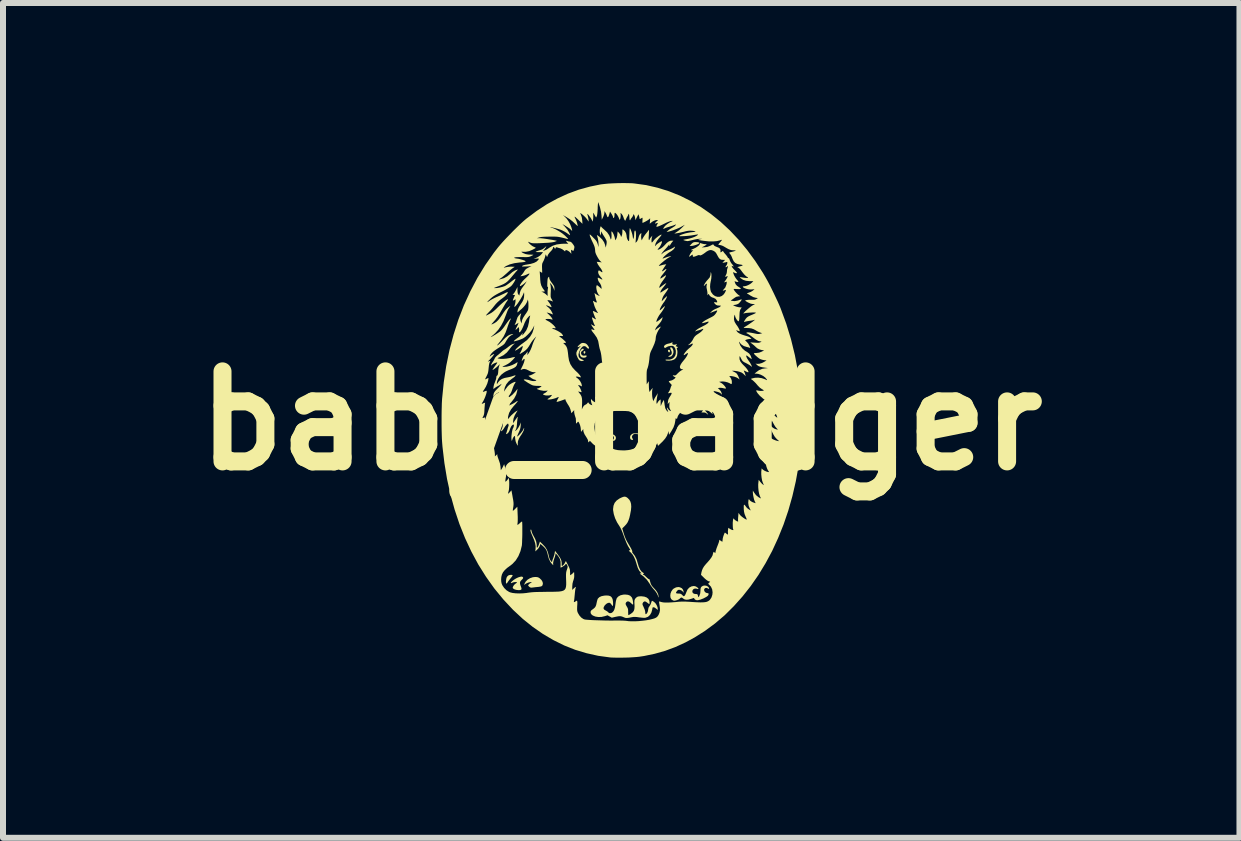
<source format=kicad_pcb>
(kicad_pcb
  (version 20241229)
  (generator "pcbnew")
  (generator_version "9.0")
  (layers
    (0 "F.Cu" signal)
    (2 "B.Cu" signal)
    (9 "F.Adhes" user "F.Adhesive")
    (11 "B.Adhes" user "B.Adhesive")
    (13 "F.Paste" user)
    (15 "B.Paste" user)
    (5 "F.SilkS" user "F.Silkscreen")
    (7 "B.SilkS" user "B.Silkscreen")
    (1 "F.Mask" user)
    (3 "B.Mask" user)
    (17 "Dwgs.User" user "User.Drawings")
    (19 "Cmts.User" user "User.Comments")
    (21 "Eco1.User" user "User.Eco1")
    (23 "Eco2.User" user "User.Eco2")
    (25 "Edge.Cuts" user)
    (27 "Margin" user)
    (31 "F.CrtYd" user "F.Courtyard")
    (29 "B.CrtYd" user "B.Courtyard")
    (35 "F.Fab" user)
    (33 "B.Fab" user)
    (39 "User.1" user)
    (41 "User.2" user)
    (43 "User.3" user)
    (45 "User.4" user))
  (footprint "baby_badger"
    (layer "F.Cu")
    (at 7.3 3.959)
    (property "Reference" "baby_badger" (at 0 0 0) (layer "F.SilkS") (effects (font (size 1.5 1.5) (thickness 0.3))))
    (attr board_only exclude_from_pos_files exclude_from_bom)
    (fp_poly (pts (xy 0.798 -1.182) (xy 0.81 -1.173) (xy 0.812 -1.161) (xy 0.808 -1.143) (xy 0.797 -1.138) (xy 0.785 -1.148) (xy 0.778 -1.163) (xy 0.782 -1.177) (xy 0.795 -1.183)) (stroke (width 0) (type solid)) (fill yes) (layer "F.SilkS"))
    (fp_poly (pts (xy -0.6 -1.154) (xy -0.597 -1.139) (xy -0.603 -1.124) (xy -0.612 -1.115) (xy -0.62 -1.12) (xy -0.623 -1.122) (xy -0.628 -1.138) (xy -0.625 -1.152) (xy -0.614 -1.16) (xy -0.612 -1.16)) (stroke (width 0) (type solid)) (fill yes) (layer "F.SilkS"))
    (fp_poly (pts (xy 1.274 -2.974) (xy 1.295 -2.969) (xy 1.303 -2.962) (xy 1.297 -2.953) (xy 1.296 -2.952) (xy 1.272 -2.939) (xy 1.239 -2.927) (xy 1.204 -2.917) (xy 1.176 -2.912) (xy 1.169 -2.912) (xy 1.139 -2.912) (xy 1.169 -2.944) (xy 1.189 -2.963) (xy 1.205 -2.972) (xy 1.224 -2.976) (xy 1.242 -2.976)) (stroke (width 0) (type solid)) (fill yes) (layer "F.SilkS"))
    (fp_poly (pts (xy -1.815 2.571) (xy -1.809 2.577) (xy -1.813 2.587) (xy -1.826 2.605) (xy -1.844 2.627) (xy -1.865 2.653) (xy -1.884 2.678) (xy -1.894 2.694) (xy -1.906 2.709) (xy -1.914 2.715) (xy -1.915 2.715) (xy -1.92 2.702) (xy -1.921 2.679) (xy -1.918 2.651) (xy -1.913 2.625) (xy -1.909 2.612) (xy -1.894 2.589) (xy -1.876 2.576) (xy -1.854 2.57) (xy -1.831 2.568)) (stroke (width 0) (type solid)) (fill yes) (layer "F.SilkS"))
    (fp_poly (pts (xy 0.844 -1.217) (xy 0.858 -1.198) (xy 0.868 -1.171) (xy 0.87 -1.162) (xy 0.869 -1.129) (xy 0.857 -1.099) (xy 0.839 -1.076) (xy 0.833 -1.072) (xy 0.815 -1.066) (xy 0.797 -1.064) (xy 0.786 -1.067) (xy 0.784 -1.07) (xy 0.791 -1.077) (xy 0.807 -1.085) (xy 0.808 -1.086) (xy 0.832 -1.101) (xy 0.843 -1.125) (xy 0.839 -1.154) (xy 0.832 -1.169) (xy 0.819 -1.199) (xy 0.817 -1.217) (xy 0.826 -1.224) (xy 0.827 -1.224)) (stroke (width 0) (type solid)) (fill yes) (layer "F.SilkS"))
    (fp_poly (pts (xy -0.626 -1.196) (xy -0.626 -1.185) (xy -0.635 -1.173) (xy -0.646 -1.166) (xy -0.665 -1.15) (xy -0.671 -1.128) (xy -0.664 -1.105) (xy -0.657 -1.096) (xy -0.642 -1.086) (xy -0.624 -1.083) (xy -0.608 -1.085) (xy -0.587 -1.087) (xy -0.578 -1.084) (xy -0.576 -1.077) (xy -0.583 -1.062) (xy -0.601 -1.052) (xy -0.625 -1.049) (xy -0.652 -1.054) (xy -0.662 -1.058) (xy -0.678 -1.073) (xy -0.688 -1.098) (xy -0.693 -1.126) (xy -0.691 -1.144) (xy -0.681 -1.167) (xy -0.664 -1.187) (xy -0.646 -1.199) (xy -0.639 -1.2)) (stroke (width 0) (type solid)) (fill yes) (layer "F.SilkS"))
    (fp_poly (pts (xy -1.406 2.605) (xy -1.384 2.61) (xy -1.365 2.621) (xy -1.358 2.626) (xy -1.328 2.655) (xy -1.31 2.687) (xy -1.305 2.717) (xy -1.313 2.745) (xy -1.316 2.748) (xy -1.326 2.757) (xy -1.343 2.763) (xy -1.372 2.768) (xy -1.39 2.77) (xy -1.424 2.773) (xy -1.456 2.777) (xy -1.48 2.78) (xy -1.481 2.78) (xy -1.504 2.782) (xy -1.523 2.774) (xy -1.533 2.766) (xy -1.547 2.752) (xy -1.551 2.742) (xy -1.545 2.732) (xy -1.544 2.732) (xy -1.529 2.717) (xy -1.509 2.703) (xy -1.508 2.703) (xy -1.493 2.693) (xy -1.491 2.689) (xy -1.501 2.688) (xy -1.504 2.688) (xy -1.534 2.693) (xy -1.567 2.704) (xy -1.595 2.719) (xy -1.602 2.725) (xy -1.614 2.735) (xy -1.616 2.733) (xy -1.613 2.72) (xy -1.593 2.682) (xy -1.561 2.649) (xy -1.52 2.624) (xy -1.473 2.608) (xy -1.436 2.604)) (stroke (width 0) (type solid)) (fill yes) (layer "F.SilkS"))
    (fp_poly (pts (xy -1.648 2.6) (xy -1.635 2.611) (xy -1.635 2.625) (xy -1.649 2.643) (xy -1.661 2.654) (xy -1.679 2.674) (xy -1.687 2.694) (xy -1.686 2.719) (xy -1.676 2.752) (xy -1.672 2.761) (xy -1.663 2.787) (xy -1.661 2.803) (xy -1.665 2.813) (xy -1.681 2.821) (xy -1.707 2.823) (xy -1.741 2.82) (xy -1.759 2.816) (xy -1.782 2.808) (xy -1.799 2.797) (xy -1.799 2.797) (xy -1.807 2.787) (xy -1.807 2.776) (xy -1.799 2.758) (xy -1.799 2.757) (xy -1.783 2.734) (xy -1.762 2.716) (xy -1.761 2.715) (xy -1.745 2.704) (xy -1.737 2.695) (xy -1.737 2.694) (xy -1.743 2.689) (xy -1.761 2.688) (xy -1.783 2.69) (xy -1.805 2.695) (xy -1.817 2.7) (xy -1.834 2.707) (xy -1.84 2.703) (xy -1.834 2.692) (xy -1.819 2.675) (xy -1.788 2.65) (xy -1.753 2.628) (xy -1.717 2.611) (xy -1.685 2.601) (xy -1.66 2.597)) (stroke (width 0) (type solid)) (fill yes) (layer "F.SilkS"))
    (fp_poly (pts (xy -0.315 -0.013) (xy -0.316 -0.005) (xy -0.323 0.013) (xy -0.328 0.022) (xy -0.344 0.065) (xy -0.35 0.108) (xy -0.346 0.149) (xy -0.332 0.184) (xy -0.31 0.21) (xy -0.293 0.22) (xy -0.269 0.227) (xy -0.245 0.227) (xy -0.226 0.224) (xy -0.185 0.219) (xy -0.147 0.225) (xy -0.117 0.238) (xy -0.096 0.259) (xy -0.088 0.286) (xy -0.088 0.288) (xy -0.093 0.308) (xy -0.104 0.324) (xy -0.119 0.334) (xy -0.133 0.335) (xy -0.139 0.329) (xy -0.138 0.319) (xy -0.132 0.312) (xy -0.121 0.294) (xy -0.123 0.272) (xy -0.138 0.25) (xy -0.139 0.249) (xy -0.15 0.24) (xy -0.162 0.235) (xy -0.179 0.234) (xy -0.205 0.235) (xy -0.222 0.236) (xy -0.257 0.239) (xy -0.282 0.238) (xy -0.301 0.233) (xy -0.311 0.229) (xy -0.342 0.204) (xy -0.361 0.171) (xy -0.368 0.13) (xy -0.363 0.084) (xy -0.344 0.035) (xy -0.343 0.033) (xy -0.331 0.009) (xy -0.32 -0.008) (xy -0.315 -0.014)) (stroke (width 0) (type solid)) (fill yes) (layer "F.SilkS"))
    (fp_poly (pts (xy 0.373 -0.023) (xy 0.384 -0.008) (xy 0.398 0.014) (xy 0.41 0.038) (xy 0.417 0.061) (xy 0.42 0.089) (xy 0.42 0.109) (xy 0.42 0.14) (xy 0.417 0.161) (xy 0.41 0.175) (xy 0.399 0.189) (xy 0.397 0.191) (xy 0.369 0.214) (xy 0.338 0.226) (xy 0.3 0.228) (xy 0.271 0.224) (xy 0.241 0.221) (xy 0.221 0.221) (xy 0.207 0.226) (xy 0.203 0.228) (xy 0.185 0.247) (xy 0.178 0.27) (xy 0.184 0.291) (xy 0.187 0.295) (xy 0.198 0.31) (xy 0.196 0.318) (xy 0.18 0.32) (xy 0.18 0.32) (xy 0.16 0.313) (xy 0.151 0.301) (xy 0.146 0.272) (xy 0.155 0.245) (xy 0.178 0.223) (xy 0.193 0.215) (xy 0.209 0.211) (xy 0.23 0.21) (xy 0.261 0.211) (xy 0.273 0.212) (xy 0.307 0.214) (xy 0.329 0.214) (xy 0.344 0.211) (xy 0.356 0.205) (xy 0.367 0.196) (xy 0.392 0.165) (xy 0.404 0.126) (xy 0.405 0.081) (xy 0.393 0.032) (xy 0.381 0.005) (xy 0.371 -0.017) (xy 0.369 -0.026)) (stroke (width 0) (type solid)) (fill yes) (layer "F.SilkS"))
    (fp_poly (pts (xy -0.6 -1.29) (xy -0.581 -1.279) (xy -0.563 -1.261) (xy -0.547 -1.238) (xy -0.537 -1.216) (xy -0.536 -1.208) (xy -0.541 -1.201) (xy -0.554 -1.202) (xy -0.567 -1.211) (xy -0.57 -1.215) (xy -0.592 -1.236) (xy -0.618 -1.243) (xy -0.638 -1.238) (xy -0.656 -1.223) (xy -0.676 -1.197) (xy -0.693 -1.165) (xy -0.706 -1.132) (xy -0.712 -1.103) (xy -0.712 -1.1) (xy -0.708 -1.067) (xy -0.692 -1.043) (xy -0.664 -1.024) (xy -0.651 -1.019) (xy -0.63 -1.01) (xy -0.623 -1.005) (xy -0.627 -1) (xy -0.629 -0.999) (xy -0.662 -0.993) (xy -0.691 -1.002) (xy -0.694 -1.004) (xy -0.71 -1.021) (xy -0.726 -1.049) (xy -0.74 -1.082) (xy -0.747 -1.106) (xy -0.747 -1.135) (xy -0.734 -1.169) (xy -0.711 -1.204) (xy -0.698 -1.218) (xy -0.681 -1.236) (xy -0.675 -1.243) (xy -0.679 -1.243) (xy -0.692 -1.237) (xy -0.716 -1.226) (xy -0.728 -1.225) (xy -0.726 -1.233) (xy -0.712 -1.251) (xy -0.703 -1.26) (xy -0.679 -1.281) (xy -0.661 -1.292) (xy -0.643 -1.296) (xy -0.634 -1.296)) (stroke (width 0) (type solid)) (fill yes) (layer "F.SilkS"))
    (fp_poly (pts (xy 0.854 -1.304) (xy 0.852 -1.293) (xy 0.851 -1.277) (xy 0.86 -1.27) (xy 0.868 -1.267) (xy 0.892 -1.266) (xy 0.909 -1.271) (xy 0.924 -1.276) (xy 0.927 -1.271) (xy 0.917 -1.257) (xy 0.915 -1.255) (xy 0.908 -1.244) (xy 0.912 -1.239) (xy 0.923 -1.236) (xy 0.941 -1.228) (xy 0.943 -1.22) (xy 0.932 -1.213) (xy 0.924 -1.206) (xy 0.928 -1.193) (xy 0.933 -1.176) (xy 0.936 -1.151) (xy 0.936 -1.13) (xy 0.93 -1.082) (xy 0.912 -1.046) (xy 0.882 -1.019) (xy 0.84 -1.004) (xy 0.796 -1) (xy 0.769 -1.001) (xy 0.749 -1.003) (xy 0.742 -1.005) (xy 0.737 -1.015) (xy 0.746 -1.018) (xy 0.764 -1.018) (xy 0.811 -1.018) (xy 0.851 -1.032) (xy 0.882 -1.056) (xy 0.902 -1.091) (xy 0.908 -1.114) (xy 0.91 -1.164) (xy 0.899 -1.204) (xy 0.883 -1.229) (xy 0.869 -1.241) (xy 0.855 -1.247) (xy 0.834 -1.247) (xy 0.821 -1.246) (xy 0.78 -1.238) (xy 0.753 -1.224) (xy 0.735 -1.213) (xy 0.725 -1.212) (xy 0.72 -1.217) (xy 0.713 -1.232) (xy 0.712 -1.237) (xy 0.719 -1.251) (xy 0.737 -1.266) (xy 0.762 -1.278) (xy 0.786 -1.284) (xy 0.813 -1.29) (xy 0.835 -1.299) (xy 0.839 -1.301) (xy 0.851 -1.308)) (stroke (width 0) (type solid)) (fill yes) (layer "F.SilkS"))
    (fp_poly (pts (xy 1.419 2.75) (xy 1.443 2.763) (xy 1.46 2.781) (xy 1.464 2.8) (xy 1.459 2.803) (xy 1.447 2.796) (xy 1.421 2.785) (xy 1.399 2.789) (xy 1.389 2.797) (xy 1.38 2.815) (xy 1.384 2.836) (xy 1.396 2.855) (xy 1.416 2.868) (xy 1.434 2.872) (xy 1.452 2.876) (xy 1.456 2.885) (xy 1.453 2.903) (xy 1.44 2.92) (xy 1.417 2.936) (xy 1.381 2.955) (xy 1.37 2.961) (xy 1.318 2.981) (xy 1.277 2.991) (xy 1.246 2.989) (xy 1.224 2.975) (xy 1.212 2.954) (xy 1.204 2.955) (xy 1.186 2.961) (xy 1.164 2.968) (xy 1.117 2.981) (xy 1.08 2.983) (xy 1.05 2.975) (xy 1.034 2.964) (xy 1.014 2.949) (xy 1 2.946) (xy 0.987 2.953) (xy 0.977 2.963) (xy 0.958 2.977) (xy 0.932 2.989) (xy 0.924 2.991) (xy 0.9 2.997) (xy 0.884 2.999) (xy 0.872 2.997) (xy 0.859 2.992) (xy 0.835 2.975) (xy 0.821 2.948) (xy 0.817 2.915) (xy 0.821 2.88) (xy 0.834 2.845) (xy 0.856 2.813) (xy 0.874 2.797) (xy 0.913 2.777) (xy 0.953 2.771) (xy 0.979 2.776) (xy 1.011 2.792) (xy 1.03 2.817) (xy 1.037 2.841) (xy 1.043 2.868) (xy 1.025 2.846) (xy 1.001 2.827) (xy 0.979 2.819) (xy 0.957 2.817) (xy 0.942 2.824) (xy 0.931 2.835) (xy 0.915 2.857) (xy 0.913 2.871) (xy 0.925 2.878) (xy 0.952 2.88) (xy 0.953 2.88) (xy 0.98 2.881) (xy 0.998 2.888) (xy 1.014 2.901) (xy 1.017 2.905) (xy 1.033 2.92) (xy 1.042 2.925) (xy 1.051 2.92) (xy 1.055 2.917) (xy 1.065 2.903) (xy 1.076 2.879) (xy 1.084 2.859) (xy 1.104 2.813) (xy 1.133 2.781) (xy 1.17 2.761) (xy 1.174 2.76) (xy 1.212 2.754) (xy 1.244 2.762) (xy 1.27 2.779) (xy 1.285 2.795) (xy 1.286 2.803) (xy 1.273 2.804) (xy 1.258 2.799) (xy 1.229 2.796) (xy 1.205 2.805) (xy 1.189 2.824) (xy 1.184 2.845) (xy 1.191 2.868) (xy 1.211 2.883) (xy 1.241 2.888) (xy 1.262 2.889) (xy 1.272 2.896) (xy 1.277 2.91) (xy 1.281 2.929) (xy 1.284 2.94) (xy 1.288 2.938) (xy 1.297 2.926) (xy 1.303 2.914) (xy 1.316 2.877) (xy 1.32 2.833) (xy 1.32 2.832) (xy 1.321 2.803) (xy 1.326 2.783) (xy 1.335 2.769) (xy 1.34 2.764) (xy 1.363 2.75) (xy 1.391 2.746)) (stroke (width 0) (type solid)) (fill yes) (layer "F.SilkS"))
    (fp_poly (pts (xy 0.082 1.271) (xy 0.106 1.287) (xy 0.109 1.29) (xy 0.136 1.318) (xy 0.154 1.351) (xy 0.164 1.389) (xy 0.167 1.435) (xy 0.162 1.491) (xy 0.149 1.559) (xy 0.148 1.566) (xy 0.135 1.621) (xy 0.12 1.664) (xy 0.103 1.699) (xy 0.081 1.729) (xy 0.053 1.759) (xy 0.017 1.794) (xy 0.029 1.835) (xy 0.046 1.892) (xy 0.062 1.938) (xy 0.078 1.976) (xy 0.096 2.012) (xy 0.113 2.041) (xy 0.145 2.095) (xy 0.168 2.136) (xy 0.181 2.165) (xy 0.186 2.181) (xy 0.183 2.184) (xy 0.181 2.189) (xy 0.189 2.201) (xy 0.189 2.202) (xy 0.228 2.253) (xy 0.256 2.31) (xy 0.272 2.365) (xy 0.291 2.429) (xy 0.313 2.478) (xy 0.338 2.513) (xy 0.359 2.529) (xy 0.376 2.539) (xy 0.379 2.545) (xy 0.373 2.549) (xy 0.362 2.557) (xy 0.362 2.565) (xy 0.372 2.568) (xy 0.383 2.573) (xy 0.4 2.588) (xy 0.421 2.608) (xy 0.421 2.608) (xy 0.443 2.628) (xy 0.458 2.639) (xy 0.465 2.639) (xy 0.469 2.641) (xy 0.475 2.655) (xy 0.479 2.671) (xy 0.49 2.711) (xy 0.505 2.743) (xy 0.528 2.772) (xy 0.551 2.796) (xy 0.58 2.828) (xy 0.603 2.864) (xy 0.617 2.898) (xy 0.622 2.929) (xy 0.622 2.935) (xy 0.619 2.946) (xy 0.617 2.943) (xy 0.617 2.94) (xy 0.609 2.91) (xy 0.591 2.874) (xy 0.565 2.836) (xy 0.545 2.814) (xy 0.52 2.784) (xy 0.493 2.748) (xy 0.476 2.72) (xy 0.427 2.65) (xy 0.371 2.594) (xy 0.34 2.571) (xy 0.319 2.556) (xy 0.31 2.548) (xy 0.313 2.545) (xy 0.32 2.544) (xy 0.339 2.544) (xy 0.319 2.522) (xy 0.302 2.502) (xy 0.288 2.478) (xy 0.275 2.449) (xy 0.262 2.409) (xy 0.252 2.375) (xy 0.232 2.313) (xy 0.21 2.264) (xy 0.185 2.225) (xy 0.155 2.193) (xy 0.153 2.191) (xy 0.134 2.174) (xy 0.127 2.164) (xy 0.129 2.16) (xy 0.135 2.16) (xy 0.148 2.159) (xy 0.151 2.152) (xy 0.143 2.137) (xy 0.137 2.129) (xy 0.113 2.089) (xy 0.087 2.035) (xy 0.06 1.968) (xy 0.037 1.905) (xy 0.019 1.856) (xy 0.000083 1.812) (xy -0.017 1.778) (xy -0.026 1.763) (xy -0.069 1.695) (xy -0.102 1.626) (xy -0.124 1.557) (xy -0.135 1.493) (xy -0.136 1.473) (xy -0.129 1.417) (xy -0.11 1.369) (xy -0.077 1.33) (xy -0.03 1.297) (xy -0.002 1.283) (xy 0.033 1.269) (xy 0.06 1.265)) (stroke (width 0) (type solid)) (fill yes) (layer "F.SilkS"))
    (fp_poly (pts (xy 0.112 2.901) (xy 0.148 2.915) (xy 0.173 2.94) (xy 0.18 2.951) (xy 0.187 2.97) (xy 0.193 2.995) (xy 0.197 3.022) (xy 0.199 3.045) (xy 0.198 3.06) (xy 0.195 3.064) (xy 0.185 3.059) (xy 0.169 3.045) (xy 0.16 3.036) (xy 0.133 3.015) (xy 0.11 3.009) (xy 0.089 3.019) (xy 0.085 3.023) (xy 0.074 3.04) (xy 0.074 3.059) (xy 0.085 3.083) (xy 0.094 3.098) (xy 0.106 3.119) (xy 0.113 3.139) (xy 0.115 3.165) (xy 0.115 3.185) (xy 0.116 3.213) (xy 0.117 3.232) (xy 0.12 3.24) (xy 0.12 3.24) (xy 0.129 3.236) (xy 0.147 3.225) (xy 0.162 3.216) (xy 0.191 3.193) (xy 0.209 3.169) (xy 0.219 3.138) (xy 0.222 3.099) (xy 0.221 3.065) (xy 0.219 3.023) (xy 0.221 2.993) (xy 0.229 2.971) (xy 0.244 2.953) (xy 0.258 2.941) (xy 0.275 2.931) (xy 0.297 2.927) (xy 0.328 2.925) (xy 0.334 2.925) (xy 0.385 2.931) (xy 0.425 2.946) (xy 0.454 2.97) (xy 0.469 3.001) (xy 0.472 3.025) (xy 0.471 3.045) (xy 0.468 3.055) (xy 0.467 3.056) (xy 0.459 3.051) (xy 0.443 3.039) (xy 0.434 3.032) (xy 0.408 3.014) (xy 0.385 3.011) (xy 0.367 3.024) (xy 0.361 3.034) (xy 0.355 3.046) (xy 0.354 3.057) (xy 0.358 3.073) (xy 0.369 3.096) (xy 0.374 3.108) (xy 0.391 3.147) (xy 0.399 3.181) (xy 0.4 3.192) (xy 0.402 3.212) (xy 0.406 3.223) (xy 0.408 3.224) (xy 0.421 3.217) (xy 0.434 3.199) (xy 0.444 3.175) (xy 0.448 3.151) (xy 0.448 3.15) (xy 0.454 3.117) (xy 0.468 3.094) (xy 0.484 3.07) (xy 0.496 3.042) (xy 0.498 3.035) (xy 0.505 3.014) (xy 0.511 3.002) (xy 0.513 3) (xy 0.522 3.004) (xy 0.539 3.014) (xy 0.545 3.018) (xy 0.569 3.04) (xy 0.589 3.071) (xy 0.604 3.105) (xy 0.608 3.13) (xy 0.608 3.153) (xy 0.584 3.133) (xy 0.566 3.12) (xy 0.554 3.112) (xy 0.552 3.112) (xy 0.539 3.109) (xy 0.534 3.108) (xy 0.526 3.109) (xy 0.52 3.121) (xy 0.517 3.142) (xy 0.503 3.195) (xy 0.479 3.237) (xy 0.446 3.267) (xy 0.404 3.283) (xy 0.404 3.283) (xy 0.386 3.284) (xy 0.356 3.283) (xy 0.321 3.279) (xy 0.3 3.277) (xy 0.26 3.271) (xy 0.231 3.269) (xy 0.206 3.269) (xy 0.181 3.273) (xy 0.164 3.276) (xy 0.124 3.284) (xy 0.095 3.287) (xy 0.072 3.286) (xy 0.052 3.279) (xy 0.036 3.272) (xy 0.011 3.262) (xy -0.014 3.257) (xy -0.044 3.258) (xy -0.082 3.265) (xy -0.101 3.269) (xy -0.157 3.282) (xy -0.193 3.262) (xy -0.228 3.242) (xy -0.272 3.256) (xy -0.327 3.269) (xy -0.381 3.271) (xy -0.431 3.263) (xy -0.473 3.246) (xy -0.494 3.23) (xy -0.509 3.207) (xy -0.511 3.182) (xy -0.499 3.16) (xy -0.491 3.154) (xy -0.46 3.131) (xy -0.439 3.112) (xy -0.426 3.092) (xy -0.417 3.068) (xy -0.411 3.04) (xy -0.404 3.008) (xy -0.396 2.98) (xy -0.388 2.962) (xy -0.387 2.962) (xy -0.363 2.939) (xy -0.327 2.923) (xy -0.281 2.914) (xy -0.252 2.912) (xy -0.211 2.914) (xy -0.182 2.923) (xy -0.162 2.939) (xy -0.148 2.964) (xy -0.147 2.965) (xy -0.142 2.983) (xy -0.138 3.009) (xy -0.136 3.036) (xy -0.136 3.062) (xy -0.138 3.08) (xy -0.142 3.088) (xy -0.142 3.088) (xy -0.15 3.081) (xy -0.161 3.066) (xy -0.164 3.062) (xy -0.178 3.044) (xy -0.193 3.034) (xy -0.195 3.033) (xy -0.221 3.036) (xy -0.248 3.051) (xy -0.273 3.075) (xy -0.276 3.079) (xy -0.292 3.107) (xy -0.295 3.128) (xy -0.285 3.146) (xy -0.26 3.162) (xy -0.257 3.163) (xy -0.234 3.177) (xy -0.218 3.189) (xy -0.213 3.196) (xy -0.202 3.205) (xy -0.183 3.207) (xy -0.161 3.202) (xy -0.146 3.192) (xy -0.127 3.171) (xy -0.114 3.144) (xy -0.104 3.11) (xy -0.097 3.063) (xy -0.096 3.055) (xy -0.091 3.018) (xy -0.084 2.986) (xy -0.076 2.962) (xy -0.074 2.956) (xy -0.049 2.929) (xy -0.013 2.909) (xy 0.033 2.898) (xy 0.064 2.896)) (stroke (width 0) (type solid)) (fill yes) (layer "F.SilkS"))
    (fp_poly (pts (xy -1.775 -1.283) (xy -1.789 -1.273) (xy -1.791 -1.272) (xy -1.807 -1.257) (xy -1.829 -1.233) (xy -1.851 -1.205) (xy -1.858 -1.195) (xy -1.905 -1.137) (xy -1.96 -1.092) (xy -2.023 -1.06) (xy -2.023 -1.059) (xy -2.047 -1.049) (xy -2.059 -1.043) (xy -2.058 -1.039) (xy -2.048 -1.036) (xy -2.044 -1.035) (xy -2.01 -1.03) (xy -1.966 -1.03) (xy -1.916 -1.034) (xy -1.866 -1.042) (xy -1.842 -1.047) (xy -1.811 -1.055) (xy -1.787 -1.059) (xy -1.772 -1.061) (xy -1.77 -1.06) (xy -1.773 -1.053) (xy -1.786 -1.037) (xy -1.805 -1.016) (xy -1.816 -1.005) (xy -1.85 -0.973) (xy -1.885 -0.948) (xy -1.927 -0.925) (xy -1.969 -0.906) (xy -1.978 -0.901) (xy -1.977 -0.898) (xy -1.962 -0.897) (xy -1.946 -0.897) (xy -1.908 -0.9) (xy -1.863 -0.911) (xy -1.817 -0.927) (xy -1.775 -0.947) (xy -1.758 -0.957) (xy -1.727 -0.977) (xy -1.732 -0.951) (xy -1.742 -0.92) (xy -1.76 -0.897) (xy -1.789 -0.878) (xy -1.822 -0.863) (xy -1.878 -0.841) (xy -1.922 -0.821) (xy -1.957 -0.799) (xy -1.988 -0.775) (xy -1.996 -0.768) (xy -2.026 -0.735) (xy -2.05 -0.698) (xy -2.067 -0.66) (xy -2.073 -0.628) (xy -2.072 -0.616) (xy -2.069 -0.613) (xy -2.062 -0.621) (xy -2.05 -0.641) (xy -2.023 -0.672) (xy -1.989 -0.695) (xy -1.943 -0.712) (xy -1.902 -0.72) (xy -1.866 -0.727) (xy -1.83 -0.736) (xy -1.806 -0.744) (xy -1.783 -0.752) (xy -1.767 -0.756) (xy -1.762 -0.756) (xy -1.763 -0.747) (xy -1.778 -0.731) (xy -1.805 -0.71) (xy -1.825 -0.696) (xy -1.877 -0.654) (xy -1.914 -0.608) (xy -1.939 -0.556) (xy -1.948 -0.516) (xy -1.954 -0.484) (xy -1.922 -0.532) (xy -1.894 -0.569) (xy -1.866 -0.597) (xy -1.831 -0.62) (xy -1.811 -0.631) (xy -1.781 -0.644) (xy -1.764 -0.648) (xy -1.76 -0.642) (xy -1.768 -0.627) (xy -1.771 -0.622) (xy -1.784 -0.601) (xy -1.797 -0.571) (xy -1.809 -0.54) (xy -1.823 -0.498) (xy -1.836 -0.467) (xy -1.851 -0.442) (xy -1.868 -0.418) (xy -1.878 -0.408) (xy -1.894 -0.388) (xy -1.899 -0.378) (xy -1.891 -0.379) (xy -1.871 -0.39) (xy -1.856 -0.399) (xy -1.812 -0.434) (xy -1.764 -0.485) (xy -1.746 -0.508) (xy -1.728 -0.532) (xy -1.733 -0.496) (xy -1.75 -0.434) (xy -1.783 -0.371) (xy -1.832 -0.308) (xy -1.852 -0.286) (xy -1.87 -0.267) (xy -1.882 -0.253) (xy -1.885 -0.248) (xy -1.885 -0.248) (xy -1.873 -0.252) (xy -1.851 -0.261) (xy -1.825 -0.273) (xy -1.798 -0.287) (xy -1.776 -0.3) (xy -1.765 -0.307) (xy -1.74 -0.324) (xy -1.727 -0.33) (xy -1.725 -0.326) (xy -1.733 -0.312) (xy -1.752 -0.288) (xy -1.781 -0.255) (xy -1.789 -0.247) (xy -1.836 -0.188) (xy -1.868 -0.13) (xy -1.884 -0.073) (xy -1.885 -0.064) (xy -1.887 -0.039) (xy -1.887 -0.028) (xy -1.883 -0.029) (xy -1.876 -0.04) (xy -1.875 -0.04) (xy -1.856 -0.063) (xy -1.83 -0.091) (xy -1.8 -0.118) (xy -1.772 -0.142) (xy -1.752 -0.156) (xy -1.725 -0.171) (xy -1.74 -0.148) (xy -1.773 -0.092) (xy -1.793 -0.042) (xy -1.801 0.001) (xy -1.801 0.002) (xy -1.801 0.042) (xy -1.768 -0.007) (xy -1.749 -0.035) (xy -1.734 -0.054) (xy -1.724 -0.063) (xy -1.721 -0.061) (xy -1.724 -0.051) (xy -1.728 -0.037) (xy -1.731 -0.011) (xy -1.735 0.022) (xy -1.736 0.046) (xy -1.741 0.094) (xy -1.748 0.128) (xy -1.756 0.148) (xy -1.766 0.166) (xy -1.766 0.172) (xy -1.758 0.168) (xy -1.742 0.152) (xy -1.734 0.144) (xy -1.714 0.116) (xy -1.696 0.084) (xy -1.689 0.07) (xy -1.672 0.028) (xy -1.675 0.082) (xy -1.68 0.12) (xy -1.69 0.156) (xy -1.708 0.197) (xy -1.721 0.225) (xy -1.73 0.247) (xy -1.734 0.26) (xy -1.733 0.262) (xy -1.725 0.26) (xy -1.711 0.247) (xy -1.692 0.228) (xy -1.672 0.205) (xy -1.653 0.181) (xy -1.638 0.159) (xy -1.63 0.143) (xy -1.622 0.124) (xy -1.618 0.12) (xy -1.617 0.126) (xy -1.622 0.156) (xy -1.64 0.194) (xy -1.669 0.242) (xy -1.676 0.25) (xy -1.704 0.298) (xy -1.721 0.343) (xy -1.724 0.384) (xy -1.723 0.394) (xy -1.721 0.411) (xy -1.724 0.414) (xy -1.732 0.403) (xy -1.744 0.383) (xy -1.759 0.345) (xy -1.767 0.299) (xy -1.769 0.271) (xy -1.772 0.257) (xy -1.776 0.254) (xy -1.783 0.259) (xy -1.786 0.262) (xy -1.799 0.28) (xy -1.811 0.304) (xy -1.812 0.309) (xy -1.823 0.34) (xy -1.829 0.31) (xy -1.83 0.287) (xy -1.829 0.256) (xy -1.825 0.22) (xy -1.82 0.185) (xy -1.813 0.153) (xy -1.806 0.13) (xy -1.8 0.12) (xy -1.795 0.11) (xy -1.79 0.091) (xy -1.79 0.09) (xy -1.788 0.071) (xy -1.794 0.064) (xy -1.795 0.064) (xy -1.813 0.071) (xy -1.831 0.091) (xy -1.846 0.121) (xy -1.853 0.139) (xy -1.863 0.168) (xy -1.877 0.193) (xy -1.885 0.203) (xy -1.901 0.218) (xy -1.913 0.224) (xy -1.919 0.22) (xy -1.916 0.21) (xy -1.911 0.195) (xy -1.903 0.17) (xy -1.897 0.148) (xy -1.89 0.121) (xy -1.883 0.1) (xy -1.879 0.091) (xy -1.876 0.079) (xy -1.879 0.062) (xy -1.884 0.05) (xy -1.888 0.048) (xy -1.898 0.054) (xy -1.913 0.069) (xy -1.93 0.09) (xy -1.944 0.111) (xy -1.948 0.118) (xy -1.962 0.14) (xy -1.978 0.16) (xy -1.994 0.173) (xy -2.002 0.176) (xy -2.003 0.17) (xy -1.997 0.154) (xy -1.992 0.142) (xy -1.983 0.121) (xy -1.976 0.095) (xy -1.972 0.06) (xy -1.968 0.016) (xy -1.965 -0.022) (xy -1.962 -0.055) (xy -1.959 -0.08) (xy -1.956 -0.091) (xy -1.951 -0.102) (xy -1.947 -0.099) (xy -1.944 -0.091) (xy -1.939 -0.082) (xy -1.938 -0.088) (xy -1.937 -0.097) (xy -1.933 -0.116) (xy -1.923 -0.141) (xy -1.917 -0.155) (xy -1.906 -0.176) (xy -1.902 -0.187) (xy -1.905 -0.191) (xy -1.912 -0.192) (xy -1.932 -0.185) (xy -1.956 -0.168) (xy -1.979 -0.142) (xy -1.995 -0.118) (xy -2.01 -0.095) (xy -2.027 -0.075) (xy -2.042 -0.06) (xy -2.052 -0.052) (xy -2.057 -0.056) (xy -2.057 -0.056) (xy -2.053 -0.069) (xy -2.043 -0.088) (xy -2.041 -0.092) (xy -2.027 -0.12) (xy -2.015 -0.158) (xy -2.005 -0.198) (xy -2.001 -0.233) (xy -2.001 -0.24) (xy -2.001 -0.268) (xy -2.014 -0.244) (xy -2.036 -0.209) (xy -2.06 -0.181) (xy -2.072 -0.171) (xy -2.079 -0.167) (xy -2.079 -0.172) (xy -2.072 -0.188) (xy -2.067 -0.198) (xy -2.051 -0.247) (xy -2.049 -0.276) (xy -2.046 -0.308) (xy -2.041 -0.345) (xy -2.037 -0.36) (xy -2.031 -0.384) (xy -2.03 -0.395) (xy -2.033 -0.394) (xy -2.038 -0.388) (xy -2.046 -0.372) (xy -2.058 -0.347) (xy -2.067 -0.324) (xy -2.085 -0.276) (xy -2.087 -0.315) (xy -2.087 -0.34) (xy -2.082 -0.364) (xy -2.07 -0.394) (xy -2.062 -0.413) (xy -2.049 -0.44) (xy -2.041 -0.461) (xy -2.037 -0.471) (xy -2.037 -0.472) (xy -2.053 -0.467) (xy -2.074 -0.455) (xy -2.097 -0.438) (xy -2.114 -0.421) (xy -2.135 -0.396) (xy -2.129 -0.428) (xy -2.124 -0.453) (xy -2.115 -0.473) (xy -2.102 -0.492) (xy -2.081 -0.515) (xy -2.058 -0.538) (xy -2.034 -0.562) (xy -2.014 -0.583) (xy -2.001 -0.599) (xy -2 -0.602) (xy -1.994 -0.614) (xy -1.997 -0.614) (xy -2.005 -0.607) (xy -2.022 -0.596) (xy -2.045 -0.582) (xy -2.057 -0.576) (xy -2.082 -0.562) (xy -2.104 -0.547) (xy -2.111 -0.542) (xy -2.129 -0.525) (xy -2.129 -0.555) (xy -2.125 -0.578) (xy -2.117 -0.608) (xy -2.105 -0.64) (xy -2.105 -0.64) (xy -2.093 -0.671) (xy -2.084 -0.701) (xy -2.081 -0.723) (xy -2.081 -0.723) (xy -2.078 -0.743) (xy -2.072 -0.75) (xy -2.071 -0.75) (xy -2.062 -0.755) (xy -2.055 -0.774) (xy -2.05 -0.805) (xy -2.049 -0.825) (xy -2.046 -0.856) (xy -2.04 -0.89) (xy -2.037 -0.901) (xy -2.03 -0.923) (xy -2.026 -0.939) (xy -2.025 -0.943) (xy -2.029 -0.939) (xy -2.04 -0.926) (xy -2.045 -0.921) (xy -2.059 -0.907) (xy -2.079 -0.889) (xy -2.101 -0.872) (xy -2.121 -0.857) (xy -2.137 -0.848) (xy -2.144 -0.845) (xy -2.145 -0.846) (xy -2.139 -0.859) (xy -2.124 -0.882) (xy -2.099 -0.917) (xy -2.091 -0.928) (xy -2.076 -0.948) (xy -2.067 -0.964) (xy -2.065 -0.969) (xy -2.071 -0.971) (xy -2.087 -0.967) (xy -2.108 -0.959) (xy -2.129 -0.949) (xy -2.147 -0.937) (xy -2.151 -0.934) (xy -2.171 -0.916) (xy -2.165 -0.936) (xy -2.156 -0.955) (xy -2.142 -0.978) (xy -2.137 -0.984) (xy -2.122 -1.007) (xy -2.112 -1.028) (xy -2.11 -1.033) (xy -2.101 -1.05) (xy -2.083 -1.07) (xy -2.071 -1.081) (xy -2.046 -1.101) (xy -2.017 -1.126) (xy -1.995 -1.146) (xy -1.974 -1.165) (xy -1.956 -1.178) (xy -1.946 -1.184) (xy -1.946 -1.184) (xy -1.937 -1.189) (xy -1.919 -1.201) (xy -1.895 -1.219) (xy -1.888 -1.225) (xy -1.858 -1.248) (xy -1.836 -1.263) (xy -1.816 -1.273) (xy -1.793 -1.281) (xy -1.785 -1.283) (xy -1.774 -1.286)) (stroke (width 0) (type solid)) (fill yes) (layer "F.SilkS"))
    (fp_poly (pts (xy 0.113 -3.958) (xy 0.182 -3.956) (xy 0.221 -3.952) (xy 0.416 -3.925) (xy 0.607 -3.881) (xy 0.794 -3.823) (xy 0.977 -3.75) (xy 1.154 -3.662) (xy 1.327 -3.56) (xy 1.494 -3.444) (xy 1.655 -3.314) (xy 1.81 -3.17) (xy 1.958 -3.013) (xy 2.099 -2.843) (xy 2.233 -2.66) (xy 2.36 -2.464) (xy 2.409 -2.38) (xy 2.437 -2.33) (xy 2.47 -2.268) (xy 2.505 -2.198) (xy 2.541 -2.124) (xy 2.576 -2.05) (xy 2.609 -1.98) (xy 2.637 -1.916) (xy 2.656 -1.87) (xy 2.749 -1.617) (xy 2.828 -1.358) (xy 2.893 -1.093) (xy 2.944 -0.824) (xy 2.98 -0.551) (xy 3.002 -0.276) (xy 3.009 0.000012) (xy 3.002 0.276) (xy 2.979 0.551) (xy 2.942 0.825) (xy 2.908 1.012) (xy 2.851 1.259) (xy 2.783 1.499) (xy 2.704 1.731) (xy 2.614 1.954) (xy 2.515 2.169) (xy 2.405 2.374) (xy 2.286 2.57) (xy 2.158 2.754) (xy 2.021 2.928) (xy 1.876 3.09) (xy 1.724 3.241) (xy 1.563 3.378) (xy 1.395 3.502) (xy 1.221 3.612) (xy 1.072 3.693) (xy 0.902 3.771) (xy 0.732 3.834) (xy 0.559 3.883) (xy 0.382 3.92) (xy 0.303 3.932) (xy 0.257 3.937) (xy 0.2 3.941) (xy 0.135 3.945) (xy 0.066 3.947) (xy -0.004 3.948) (xy -0.069 3.948) (xy -0.127 3.947) (xy -0.175 3.945) (xy -0.186 3.944) (xy -0.384 3.917) (xy -0.577 3.874) (xy -0.767 3.817) (xy -0.951 3.744) (xy -1.131 3.655) (xy -1.306 3.552) (xy -1.476 3.434) (xy -1.64 3.302) (xy -1.799 3.154) (xy -1.805 3.148) (xy -1.965 2.977) (xy -2.115 2.794) (xy -2.253 2.6) (xy -2.381 2.396) (xy -2.497 2.181) (xy -2.602 1.956) (xy -2.695 1.723) (xy -2.776 1.48) (xy -2.845 1.23) (xy -2.902 0.972) (xy -2.946 0.706) (xy -2.978 0.434) (xy -2.985 0.348) (xy -2.988 0.298) (xy -2.99 0.235) (xy -2.992 0.162) (xy -2.993 0.082) (xy -2.993 -0.001) (xy -2.993 -0.084) (xy -2.992 -0.164) (xy -2.99 -0.238) (xy -2.989 -0.283) (xy -2.324 -0.283) (xy -2.317 -0.282) (xy -2.297 -0.29) (xy -2.292 -0.292) (xy -2.273 -0.299) (xy -2.267 -0.299) (xy -2.268 -0.292) (xy -2.269 -0.29) (xy -2.272 -0.277) (xy -2.274 -0.251) (xy -2.277 -0.217) (xy -2.279 -0.188) (xy -2.281 -0.144) (xy -2.285 -0.112) (xy -2.291 -0.09) (xy -2.298 -0.075) (xy -2.309 -0.054) (xy -2.311 -0.045) (xy -2.303 -0.045) (xy -2.292 -0.048) (xy -2.274 -0.055) (xy -2.267 -0.052) (xy -2.267 -0.039) (xy -2.269 -0.029) (xy -2.27 -0.008) (xy -2.269 0.022) (xy -2.266 0.056) (xy -2.266 0.057) (xy -2.262 0.109) (xy -2.265 0.153) (xy -2.265 0.155) (xy -2.269 0.178) (xy -2.27 0.194) (xy -2.27 0.198) (xy -2.262 0.195) (xy -2.248 0.185) (xy -2.248 0.185) (xy -2.229 0.17) (xy -2.211 0.231) (xy -2.2 0.281) (xy -2.194 0.331) (xy -2.193 0.348) (xy -2.193 0.404) (xy -2.167 0.378) (xy -2.142 0.353) (xy -2.124 0.438) (xy -2.116 0.478) (xy -2.11 0.515) (xy -2.106 0.545) (xy -2.105 0.559) (xy -2.105 0.595) (xy -2.085 0.576) (xy -2.065 0.557) (xy -2.065 0.575) (xy -2.062 0.591) (xy -2.054 0.616) (xy -2.043 0.647) (xy -2.04 0.655) (xy -2.021 0.711) (xy -2.011 0.766) (xy -2.011 0.771) (xy -2.006 0.825) (xy -1.991 0.803) (xy -1.977 0.779) (xy -1.964 0.753) (xy -1.964 0.752) (xy -1.951 0.724) (xy -1.937 0.771) (xy -1.922 0.827) (xy -1.917 0.878) (xy -1.92 0.93) (xy -1.924 0.952) (xy -1.929 0.981) (xy -1.931 1.003) (xy -1.932 1.015) (xy -1.932 1.015) (xy -1.924 1.013) (xy -1.911 1.003) (xy -1.898 0.987) (xy -1.887 0.972) (xy -1.883 0.965) (xy -1.879 0.954) (xy -1.875 0.957) (xy -1.872 0.968) (xy -1.868 0.994) (xy -1.866 1.03) (xy -1.866 1.071) (xy -1.868 1.113) (xy -1.871 1.149) (xy -1.876 1.172) (xy -1.882 1.195) (xy -1.885 1.211) (xy -1.884 1.215) (xy -1.877 1.212) (xy -1.864 1.199) (xy -1.855 1.19) (xy -1.829 1.16) (xy -1.82 1.21) (xy -1.814 1.244) (xy -1.807 1.285) (xy -1.8 1.322) (xy -1.795 1.362) (xy -1.794 1.394) (xy -1.797 1.428) (xy -1.799 1.441) (xy -1.804 1.47) (xy -1.806 1.491) (xy -1.806 1.501) (xy -1.806 1.502) (xy -1.799 1.498) (xy -1.784 1.486) (xy -1.767 1.469) (xy -1.731 1.433) (xy -1.726 1.559) (xy -1.724 1.606) (xy -1.724 1.648) (xy -1.725 1.682) (xy -1.727 1.705) (xy -1.728 1.71) (xy -1.731 1.729) (xy -1.727 1.735) (xy -1.714 1.728) (xy -1.691 1.709) (xy -1.688 1.705) (xy -1.67 1.689) (xy -1.657 1.681) (xy -1.652 1.68) (xy -1.65 1.692) (xy -1.649 1.716) (xy -1.648 1.751) (xy -1.648 1.793) (xy -1.648 1.841) (xy -1.648 1.891) (xy -1.649 1.941) (xy -1.651 1.987) (xy -1.652 2.028) (xy -1.654 2.06) (xy -1.656 2.081) (xy -1.656 2.081) (xy -1.679 2.174) (xy -1.713 2.256) (xy -1.757 2.327) (xy -1.812 2.386) (xy -1.846 2.413) (xy -1.901 2.453) (xy -1.941 2.49) (xy -1.97 2.526) (xy -1.988 2.563) (xy -1.998 2.604) (xy -2.001 2.644) (xy -1.999 2.682) (xy -1.993 2.711) (xy -1.981 2.741) (xy -1.98 2.742) (xy -1.951 2.786) (xy -1.913 2.824) (xy -1.869 2.852) (xy -1.85 2.86) (xy -1.81 2.87) (xy -1.758 2.876) (xy -1.699 2.878) (xy -1.637 2.876) (xy -1.577 2.87) (xy -1.56 2.867) (xy -1.53 2.863) (xy -1.496 2.859) (xy -1.457 2.856) (xy -1.411 2.854) (xy -1.354 2.853) (xy -1.285 2.852) (xy -1.239 2.851) (xy -1.158 2.851) (xy -1.091 2.849) (xy -1.038 2.847) (xy -0.997 2.841) (xy -0.966 2.832) (xy -0.944 2.818) (xy -0.929 2.797) (xy -0.921 2.77) (xy -0.917 2.734) (xy -0.917 2.689) (xy -0.919 2.634) (xy -0.92 2.6) (xy -0.92 2.558) (xy -0.917 2.524) (xy -0.909 2.492) (xy -0.905 2.482) (xy -0.896 2.454) (xy -0.893 2.436) (xy -0.894 2.423) (xy -0.9 2.409) (xy -0.9 2.408) (xy -0.912 2.389) (xy -0.921 2.385) (xy -0.932 2.396) (xy -0.934 2.4) (xy -0.945 2.411) (xy -0.964 2.424) (xy -0.986 2.437) (xy -1.003 2.446) (xy -1.01 2.448) (xy -1.011 2.441) (xy -1.011 2.422) (xy -1.01 2.396) (xy -1.011 2.345) (xy -1.024 2.301) (xy -1.049 2.259) (xy -1.065 2.24) (xy -1.082 2.221) (xy -1.092 2.212) (xy -1.096 2.214) (xy -1.096 2.224) (xy -1.096 2.225) (xy -1.099 2.243) (xy -1.106 2.27) (xy -1.117 2.3) (xy -1.117 2.301) (xy -1.128 2.335) (xy -1.134 2.365) (xy -1.135 2.382) (xy -1.132 2.408) (xy -1.151 2.39) (xy -1.182 2.351) (xy -1.206 2.3) (xy -1.221 2.247) (xy -1.232 2.199) (xy -1.245 2.162) (xy -1.262 2.133) (xy -1.286 2.106) (xy -1.306 2.088) (xy -1.329 2.068) (xy -1.343 2.058) (xy -1.35 2.056) (xy -1.352 2.062) (xy -1.352 2.064) (xy -1.36 2.093) (xy -1.38 2.126) (xy -1.403 2.151) (xy -1.432 2.178) (xy -1.427 2.135) (xy -1.426 2.092) (xy -1.433 2.047) (xy -1.448 1.997) (xy -1.472 1.938) (xy -1.477 1.926) (xy -1.496 1.883) (xy -1.508 1.851) (xy -1.512 1.83) (xy -1.51 1.817) (xy -1.506 1.813) (xy -1.5 1.817) (xy -1.495 1.833) (xy -1.494 1.84) (xy -1.488 1.863) (xy -1.475 1.893) (xy -1.461 1.919) (xy -1.434 1.969) (xy -1.417 2.014) (xy -1.409 2.057) (xy -1.408 2.079) (xy -1.408 2.104) (xy -1.406 2.115) (xy -1.402 2.116) (xy -1.396 2.111) (xy -1.386 2.096) (xy -1.375 2.072) (xy -1.369 2.056) (xy -1.355 2.014) (xy -1.307 2.061) (xy -1.268 2.103) (xy -1.241 2.145) (xy -1.222 2.192) (xy -1.211 2.234) (xy -1.203 2.272) (xy -1.193 2.3) (xy -1.182 2.323) (xy -1.167 2.343) (xy -1.157 2.355) (xy -1.153 2.353) (xy -1.152 2.349) (xy -1.149 2.335) (xy -1.142 2.311) (xy -1.133 2.29) (xy -1.122 2.257) (xy -1.112 2.224) (xy -1.109 2.206) (xy -1.103 2.168) (xy -1.059 2.226) (xy -1.03 2.266) (xy -1.011 2.298) (xy -0.999 2.327) (xy -0.993 2.356) (xy -0.992 2.382) (xy -0.992 2.407) (xy -0.99 2.419) (xy -0.985 2.42) (xy -0.975 2.414) (xy -0.975 2.414) (xy -0.96 2.4) (xy -0.944 2.378) (xy -0.94 2.37) (xy -0.922 2.338) (xy -0.887 2.406) (xy -0.87 2.44) (xy -0.86 2.466) (xy -0.854 2.489) (xy -0.853 2.514) (xy -0.852 2.524) (xy -0.852 2.575) (xy -0.832 2.563) (xy -0.812 2.547) (xy -0.798 2.533) (xy -0.79 2.524) (xy -0.786 2.524) (xy -0.784 2.536) (xy -0.784 2.556) (xy -0.783 2.59) (xy -0.785 2.615) (xy -0.79 2.637) (xy -0.798 2.664) (xy -0.801 2.67) (xy -0.812 2.714) (xy -0.816 2.763) (xy -0.816 2.766) (xy -0.816 2.819) (xy -0.79 2.794) (xy -0.769 2.775) (xy -0.759 2.769) (xy -0.756 2.775) (xy -0.76 2.788) (xy -0.764 2.804) (xy -0.768 2.832) (xy -0.772 2.868) (xy -0.775 2.902) (xy -0.779 2.941) (xy -0.782 2.974) (xy -0.786 2.998) (xy -0.788 3.01) (xy -0.79 3.022) (xy -0.781 3.022) (xy -0.763 3.012) (xy -0.758 3.008) (xy -0.746 3) (xy -0.737 3) (xy -0.733 3.009) (xy -0.731 3.03) (xy -0.732 3.064) (xy -0.734 3.09) (xy -0.735 3.127) (xy -0.735 3.154) (xy -0.732 3.175) (xy -0.725 3.196) (xy -0.72 3.206) (xy -0.697 3.245) (xy -0.667 3.279) (xy -0.632 3.303) (xy -0.615 3.31) (xy -0.596 3.314) (xy -0.563 3.317) (xy -0.519 3.32) (xy -0.465 3.323) (xy -0.404 3.325) (xy -0.338 3.327) (xy -0.27 3.329) (xy -0.201 3.33) (xy -0.133 3.33) (xy -0.108 3.329) (xy -0.056 3.329) (xy -0.008 3.33) (xy 0.034 3.331) (xy 0.067 3.333) (xy 0.087 3.335) (xy 0.088 3.335) (xy 0.124 3.34) (xy 0.173 3.342) (xy 0.229 3.342) (xy 0.29 3.339) (xy 0.352 3.333) (xy 0.411 3.326) (xy 0.463 3.317) (xy 0.464 3.317) (xy 0.514 3.305) (xy 0.55 3.295) (xy 0.577 3.283) (xy 0.596 3.27) (xy 0.611 3.252) (xy 0.622 3.235) (xy 0.637 3.2) (xy 0.645 3.162) (xy 0.644 3.117) (xy 0.638 3.073) (xy 0.633 3.041) (xy 0.631 3.022) (xy 0.632 3.013) (xy 0.636 3.011) (xy 0.64 3.012) (xy 0.667 3.021) (xy 0.698 3.027) (xy 0.735 3.03) (xy 0.78 3.03) (xy 0.835 3.027) (xy 0.903 3.022) (xy 0.96 3.016) (xy 1.007 3.014) (xy 1.07 3.014) (xy 1.147 3.018) (xy 1.19 3.021) (xy 1.261 3.025) (xy 1.318 3.027) (xy 1.363 3.026) (xy 1.398 3.023) (xy 1.426 3.017) (xy 1.448 3.007) (xy 1.467 2.994) (xy 1.478 2.983) (xy 1.503 2.946) (xy 1.518 2.9) (xy 1.522 2.86) (xy 1.515 2.81) (xy 1.495 2.766) (xy 1.472 2.74) (xy 1.448 2.717) (xy 1.465 2.699) (xy 1.482 2.682) (xy 1.458 2.676) (xy 1.441 2.668) (xy 1.417 2.651) (xy 1.389 2.627) (xy 1.382 2.62) (xy 1.329 2.568) (xy 1.336 2.528) (xy 1.346 2.492) (xy 1.36 2.459) (xy 1.381 2.425) (xy 1.412 2.387) (xy 1.437 2.36) (xy 1.475 2.316) (xy 1.504 2.276) (xy 1.522 2.242) (xy 1.528 2.216) (xy 1.533 2.199) (xy 1.536 2.192) (xy 1.543 2.185) (xy 1.551 2.191) (xy 1.555 2.196) (xy 1.563 2.205) (xy 1.567 2.203) (xy 1.571 2.188) (xy 1.572 2.18) (xy 1.578 2.158) (xy 1.588 2.126) (xy 1.601 2.092) (xy 1.605 2.082) (xy 1.617 2.051) (xy 1.627 2.023) (xy 1.632 2.004) (xy 1.633 2) (xy 1.633 1.983) (xy 1.656 1.999) (xy 1.672 2.01) (xy 1.683 2.016) (xy 1.684 2.016) (xy 1.687 2.009) (xy 1.688 1.991) (xy 1.689 1.985) (xy 1.691 1.964) (xy 1.698 1.935) (xy 1.708 1.905) (xy 1.718 1.879) (xy 1.726 1.865) (xy 1.733 1.867) (xy 1.746 1.877) (xy 1.747 1.877) (xy 1.765 1.893) (xy 1.775 1.897) (xy 1.779 1.889) (xy 1.778 1.871) (xy 1.777 1.842) (xy 1.78 1.814) (xy 1.78 1.812) (xy 1.785 1.784) (xy 1.807 1.8) (xy 1.83 1.813) (xy 1.851 1.821) (xy 1.867 1.823) (xy 1.87 1.819) (xy 1.865 1.81) (xy 1.861 1.793) (xy 1.859 1.766) (xy 1.858 1.732) (xy 1.858 1.697) (xy 1.861 1.665) (xy 1.864 1.644) (xy 1.869 1.629) (xy 1.873 1.628) (xy 1.876 1.634) (xy 1.887 1.647) (xy 1.906 1.662) (xy 1.927 1.675) (xy 1.944 1.68) (xy 1.944 1.68) (xy 1.95 1.675) (xy 1.948 1.671) (xy 1.946 1.66) (xy 1.946 1.637) (xy 1.948 1.607) (xy 1.949 1.599) (xy 1.954 1.536) (xy 1.977 1.568) (xy 1.993 1.585) (xy 2.016 1.604) (xy 2.042 1.623) (xy 2.067 1.639) (xy 2.085 1.647) (xy 2.09 1.648) (xy 2.09 1.641) (xy 2.084 1.624) (xy 2.073 1.599) (xy 2.071 1.595) (xy 2.055 1.555) (xy 2.046 1.517) (xy 2.042 1.479) (xy 2.041 1.438) (xy 2.042 1.412) (xy 2.046 1.4) (xy 2.054 1.402) (xy 2.066 1.415) (xy 2.07 1.421) (xy 2.09 1.448) (xy 2.111 1.467) (xy 2.138 1.484) (xy 2.159 1.496) (xy 2.141 1.462) (xy 2.123 1.418) (xy 2.116 1.37) (xy 2.119 1.328) (xy 2.124 1.31) (xy 2.128 1.306) (xy 2.134 1.315) (xy 2.135 1.318) (xy 2.153 1.337) (xy 2.182 1.355) (xy 2.218 1.368) (xy 2.218 1.368) (xy 2.24 1.375) (xy 2.225 1.344) (xy 2.214 1.316) (xy 2.205 1.279) (xy 2.197 1.238) (xy 2.193 1.199) (xy 2.193 1.188) (xy 2.193 1.164) (xy 2.21 1.192) (xy 2.245 1.24) (xy 2.287 1.274) (xy 2.298 1.281) (xy 2.328 1.296) (xy 2.309 1.254) (xy 2.297 1.217) (xy 2.288 1.169) (xy 2.283 1.116) (xy 2.282 1.064) (xy 2.285 1.029) (xy 2.29 0.985) (xy 2.316 1.018) (xy 2.334 1.039) (xy 2.352 1.057) (xy 2.359 1.062) (xy 2.377 1.074) (xy 2.361 1.038) (xy 2.347 0.997) (xy 2.338 0.947) (xy 2.333 0.894) (xy 2.333 0.846) (xy 2.334 0.842) (xy 2.339 0.795) (xy 2.361 0.816) (xy 2.385 0.832) (xy 2.415 0.846) (xy 2.445 0.855) (xy 2.457 0.856) (xy 2.462 0.853) (xy 2.455 0.842) (xy 2.455 0.842) (xy 2.444 0.826) (xy 2.432 0.802) (xy 2.43 0.796) (xy 2.42 0.769) (xy 2.411 0.733) (xy 2.401 0.693) (xy 2.393 0.654) (xy 2.387 0.621) (xy 2.385 0.598) (xy 2.385 0.598) (xy 2.385 0.573) (xy 2.408 0.608) (xy 2.431 0.636) (xy 2.464 0.663) (xy 2.502 0.687) (xy 2.532 0.701) (xy 2.541 0.703) (xy 2.54 0.698) (xy 2.531 0.684) (xy 2.528 0.679) (xy 2.512 0.656) (xy 2.498 0.628) (xy 2.485 0.591) (xy 2.471 0.544) (xy 2.465 0.524) (xy 2.454 0.483) (xy 2.447 0.456) (xy 2.443 0.441) (xy 2.442 0.434) (xy 2.444 0.435) (xy 2.448 0.44) (xy 2.452 0.446) (xy 2.472 0.465) (xy 2.502 0.484) (xy 2.535 0.5) (xy 2.561 0.508) (xy 2.589 0.514) (xy 2.56 0.483) (xy 2.529 0.446) (xy 2.506 0.407) (xy 2.487 0.359) (xy 2.482 0.341) (xy 2.471 0.307) (xy 2.467 0.286) (xy 2.467 0.277) (xy 2.472 0.276) (xy 2.483 0.283) (xy 2.483 0.283) (xy 2.53 0.311) (xy 2.577 0.33) (xy 2.597 0.335) (xy 2.632 0.342) (xy 2.593 0.307) (xy 2.572 0.285) (xy 2.552 0.259) (xy 2.532 0.224) (xy 2.513 0.186) (xy 2.496 0.149) (xy 2.482 0.115) (xy 2.471 0.088) (xy 2.467 0.072) (xy 2.463 0.044) (xy 2.479 0.069) (xy 2.509 0.103) (xy 2.547 0.13) (xy 2.579 0.143) (xy 2.598 0.147) (xy 2.608 0.149) (xy 2.609 0.148) (xy 2.604 0.142) (xy 2.591 0.128) (xy 2.58 0.116) (xy 2.565 0.097) (xy 2.547 0.067) (xy 2.527 0.031) (xy 2.511 0.001) (xy 2.494 -0.035) (xy 2.477 -0.068) (xy 2.463 -0.093) (xy 2.455 -0.106) (xy 2.44 -0.128) (xy 2.458 -0.128) (xy 2.485 -0.122) (xy 2.519 -0.108) (xy 2.553 -0.087) (xy 2.572 -0.071) (xy 2.59 -0.056) (xy 2.598 -0.051) (xy 2.599 -0.055) (xy 2.597 -0.064) (xy 2.584 -0.098) (xy 2.568 -0.126) (xy 2.545 -0.153) (xy 2.513 -0.181) (xy 2.47 -0.213) (xy 2.465 -0.216) (xy 2.438 -0.237) (xy 2.412 -0.262) (xy 2.399 -0.275) (xy 2.374 -0.306) (xy 2.397 -0.301) (xy 2.431 -0.293) (xy 2.466 -0.287) (xy 2.499 -0.283) (xy 2.527 -0.281) (xy 2.548 -0.281) (xy 2.557 -0.283) (xy 2.556 -0.287) (xy 2.545 -0.292) (xy 2.523 -0.299) (xy 2.505 -0.303) (xy 2.434 -0.326) (xy 2.368 -0.364) (xy 2.309 -0.415) (xy 2.271 -0.459) (xy 2.254 -0.486) (xy 2.249 -0.502) (xy 2.255 -0.507) (xy 2.269 -0.504) (xy 2.292 -0.499) (xy 2.322 -0.496) (xy 2.352 -0.497) (xy 2.372 -0.501) (xy 2.375 -0.506) (xy 2.364 -0.515) (xy 2.345 -0.525) (xy 2.309 -0.55) (xy 2.272 -0.588) (xy 2.265 -0.597) (xy 2.241 -0.625) (xy 2.215 -0.651) (xy 2.193 -0.671) (xy 2.192 -0.672) (xy 2.159 -0.696) (xy 2.179 -0.704) (xy 2.228 -0.715) (xy 2.284 -0.717) (xy 2.341 -0.709) (xy 2.393 -0.691) (xy 2.403 -0.687) (xy 2.422 -0.677) (xy 2.429 -0.676) (xy 2.428 -0.681) (xy 2.426 -0.686) (xy 2.402 -0.716) (xy 2.367 -0.744) (xy 2.325 -0.766) (xy 2.281 -0.78) (xy 2.246 -0.784) (xy 2.221 -0.784) (xy 2.249 -0.808) (xy 2.297 -0.843) (xy 2.349 -0.864) (xy 2.392 -0.871) (xy 2.445 -0.877) (xy 2.397 -0.883) (xy 2.349 -0.891) (xy 2.314 -0.899) (xy 2.287 -0.91) (xy 2.266 -0.925) (xy 2.262 -0.928) (xy 2.237 -0.952) (xy 2.261 -0.947) (xy 2.299 -0.948) (xy 2.344 -0.961) (xy 2.383 -0.981) (xy 2.421 -1.004) (xy 2.38 -1.009) (xy 2.35 -1.015) (xy 2.322 -1.024) (xy 2.313 -1.028) (xy 2.295 -1.039) (xy 2.272 -1.057) (xy 2.249 -1.077) (xy 2.228 -1.096) (xy 2.214 -1.112) (xy 2.209 -1.121) (xy 2.216 -1.125) (xy 2.234 -1.128) (xy 2.251 -1.128) (xy 2.298 -1.134) (xy 2.337 -1.149) (xy 2.381 -1.171) (xy 2.343 -1.177) (xy 2.304 -1.187) (xy 2.268 -1.205) (xy 2.241 -1.228) (xy 2.24 -1.229) (xy 2.228 -1.241) (xy 2.208 -1.259) (xy 2.189 -1.274) (xy 2.149 -1.305) (xy 2.222 -1.3) (xy 2.26 -1.298) (xy 2.287 -1.298) (xy 2.306 -1.302) (xy 2.317 -1.306) (xy 2.339 -1.318) (xy 2.308 -1.323) (xy 2.292 -1.326) (xy 2.275 -1.334) (xy 2.253 -1.346) (xy 2.226 -1.364) (xy 2.191 -1.39) (xy 2.153 -1.418) (xy 2.128 -1.436) (xy 2.106 -1.449) (xy 2.093 -1.456) (xy 2.091 -1.456) (xy 2.084 -1.46) (xy 2.085 -1.464) (xy 2.098 -1.471) (xy 2.125 -1.471) (xy 2.166 -1.465) (xy 2.212 -1.456) (xy 2.248 -1.448) (xy 2.274 -1.444) (xy 2.294 -1.444) (xy 2.314 -1.448) (xy 2.315 -1.449) (xy 2.349 -1.458) (xy 2.317 -1.468) (xy 2.291 -1.478) (xy 2.261 -1.493) (xy 2.245 -1.503) (xy 2.207 -1.524) (xy 2.17 -1.537) (xy 2.129 -1.543) (xy 2.095 -1.544) (xy 2.067 -1.545) (xy 2.047 -1.548) (xy 2.041 -1.552) (xy 2.047 -1.56) (xy 2.05 -1.56) (xy 2.06 -1.564) (xy 2.08 -1.576) (xy 2.106 -1.592) (xy 2.124 -1.604) (xy 2.157 -1.627) (xy 2.186 -1.647) (xy 2.208 -1.664) (xy 2.223 -1.677) (xy 2.227 -1.683) (xy 2.221 -1.681) (xy 2.219 -1.68) (xy 2.203 -1.675) (xy 2.176 -1.669) (xy 2.143 -1.664) (xy 2.135 -1.663) (xy 2.102 -1.658) (xy 2.074 -1.652) (xy 2.056 -1.647) (xy 2.054 -1.646) (xy 2.046 -1.643) (xy 2.045 -1.647) (xy 2.052 -1.662) (xy 2.057 -1.671) (xy 2.076 -1.7) (xy 2.096 -1.722) (xy 2.123 -1.74) (xy 2.16 -1.757) (xy 2.168 -1.76) (xy 2.208 -1.777) (xy 2.233 -1.789) (xy 2.244 -1.797) (xy 2.239 -1.801) (xy 2.219 -1.803) (xy 2.185 -1.803) (xy 2.171 -1.802) (xy 2.133 -1.8) (xy 2.098 -1.797) (xy 2.072 -1.794) (xy 2.061 -1.791) (xy 2.044 -1.787) (xy 2.035 -1.787) (xy 2.035 -1.787) (xy 2.039 -1.794) (xy 2.052 -1.808) (xy 2.072 -1.828) (xy 2.098 -1.851) (xy 2.125 -1.874) (xy 2.151 -1.895) (xy 2.174 -1.912) (xy 2.187 -1.92) (xy 2.229 -1.944) (xy 2.194 -1.944) (xy 2.159 -1.949) (xy 2.119 -1.967) (xy 2.112 -1.97) (xy 2.088 -1.984) (xy 2.071 -1.995) (xy 2.065 -2.002) (xy 2.065 -2.002) (xy 2.072 -2.007) (xy 2.093 -2.011) (xy 2.124 -2.014) (xy 2.164 -2.014) (xy 2.173 -2.014) (xy 2.207 -2.014) (xy 2.23 -2.017) (xy 2.248 -2.025) (xy 2.253 -2.028) (xy 2.277 -2.043) (xy 2.237 -2.049) (xy 2.199 -2.06) (xy 2.16 -2.081) (xy 2.157 -2.082) (xy 2.133 -2.098) (xy 2.111 -2.111) (xy 2.101 -2.116) (xy 2.094 -2.12) (xy 2.099 -2.125) (xy 2.117 -2.131) (xy 2.126 -2.134) (xy 2.156 -2.145) (xy 2.184 -2.161) (xy 2.194 -2.168) (xy 2.221 -2.191) (xy 2.18 -2.187) (xy 2.149 -2.186) (xy 2.115 -2.19) (xy 2.082 -2.198) (xy 2.053 -2.209) (xy 2.033 -2.22) (xy 2.025 -2.232) (xy 2.025 -2.233) (xy 2.032 -2.238) (xy 2.049 -2.24) (xy 2.051 -2.24) (xy 2.08 -2.245) (xy 2.115 -2.259) (xy 2.149 -2.278) (xy 2.176 -2.299) (xy 2.179 -2.302) (xy 2.201 -2.325) (xy 2.137 -2.325) (xy 2.078 -2.331) (xy 2.03 -2.347) (xy 1.993 -2.372) (xy 1.988 -2.377) (xy 1.973 -2.394) (xy 2.001 -2.389) (xy 2.051 -2.381) (xy 2.087 -2.378) (xy 2.107 -2.379) (xy 2.113 -2.383) (xy 2.107 -2.392) (xy 2.105 -2.392) (xy 2.092 -2.398) (xy 2.072 -2.414) (xy 2.049 -2.437) (xy 2.026 -2.465) (xy 2.008 -2.489) (xy 1.989 -2.515) (xy 1.969 -2.536) (xy 1.955 -2.547) (xy 1.933 -2.558) (xy 1.984 -2.573) (xy 2.011 -2.581) (xy 2.023 -2.588) (xy 2.019 -2.594) (xy 2.001 -2.599) (xy 1.967 -2.604) (xy 1.929 -2.613) (xy 1.899 -2.629) (xy 1.875 -2.655) (xy 1.855 -2.694) (xy 1.845 -2.721) (xy 1.833 -2.749) (xy 1.818 -2.773) (xy 1.812 -2.78) (xy 1.802 -2.792) (xy 1.8 -2.8) (xy 1.81 -2.805) (xy 1.833 -2.81) (xy 1.841 -2.812) (xy 1.868 -2.819) (xy 1.893 -2.827) (xy 1.905 -2.833) (xy 1.908 -2.836) (xy 1.898 -2.838) (xy 1.874 -2.839) (xy 1.871 -2.839) (xy 1.841 -2.841) (xy 1.814 -2.848) (xy 1.784 -2.86) (xy 1.748 -2.88) (xy 1.723 -2.895) (xy 1.695 -2.911) (xy 1.665 -2.922) (xy 1.649 -2.926) (xy 1.629 -2.929) (xy 1.618 -2.933) (xy 1.617 -2.934) (xy 1.621 -2.941) (xy 1.634 -2.957) (xy 1.649 -2.974) (xy 1.665 -2.994) (xy 1.676 -3.008) (xy 1.678 -3.013) (xy 1.669 -3.013) (xy 1.651 -3.007) (xy 1.64 -3.003) (xy 1.593 -2.992) (xy 1.533 -2.987) (xy 1.464 -2.987) (xy 1.388 -2.995) (xy 1.381 -2.996) (xy 1.343 -3.001) (xy 1.312 -3.006) (xy 1.291 -3.01) (xy 1.282 -3.012) (xy 1.282 -3.012) (xy 1.287 -3.015) (xy 1.303 -3.02) (xy 1.314 -3.023) (xy 1.348 -3.03) (xy 1.311 -3.031) (xy 1.286 -3.029) (xy 1.251 -3.024) (xy 1.213 -3.016) (xy 1.196 -3.012) (xy 1.161 -3.003) (xy 1.132 -2.997) (xy 1.112 -2.993) (xy 1.105 -2.992) (xy 1.09 -2.994) (xy 1.07 -2.998) (xy 1.05 -3.004) (xy 1.037 -3.009) (xy 1.034 -3.013) (xy 1.043 -3.015) (xy 1.064 -3.02) (xy 1.092 -3.025) (xy 1.102 -3.027) (xy 1.141 -3.036) (xy 1.182 -3.048) (xy 1.219 -3.062) (xy 1.25 -3.077) (xy 1.27 -3.09) (xy 1.273 -3.093) (xy 1.278 -3.099) (xy 1.277 -3.103) (xy 1.269 -3.103) (xy 1.251 -3.1) (xy 1.22 -3.095) (xy 1.204 -3.092) (xy 1.168 -3.086) (xy 1.123 -3.081) (xy 1.076 -3.077) (xy 1.048 -3.075) (xy 1.009 -3.074) (xy 0.984 -3.073) (xy 0.97 -3.074) (xy 0.966 -3.077) (xy 0.969 -3.081) (xy 0.97 -3.082) (xy 0.992 -3.095) (xy 1.025 -3.107) (xy 1.065 -3.12) (xy 1.109 -3.13) (xy 1.152 -3.138) (xy 1.181 -3.141) (xy 1.215 -3.145) (xy 1.234 -3.149) (xy 1.237 -3.154) (xy 1.224 -3.158) (xy 1.196 -3.163) (xy 1.175 -3.165) (xy 1.142 -3.166) (xy 1.109 -3.163) (xy 1.069 -3.155) (xy 1.048 -3.149) (xy 1.009 -3.14) (xy 0.971 -3.131) (xy 0.938 -3.125) (xy 0.928 -3.123) (xy 0.884 -3.118) (xy 0.932 -3.15) (xy 0.965 -3.174) (xy 0.998 -3.203) (xy 1.02 -3.224) (xy 1.06 -3.265) (xy 1.004 -3.233) (xy 0.966 -3.213) (xy 0.917 -3.193) (xy 0.865 -3.173) (xy 0.814 -3.157) (xy 0.78 -3.148) (xy 0.756 -3.143) (xy 0.778 -3.166) (xy 0.798 -3.182) (xy 0.825 -3.2) (xy 0.846 -3.212) (xy 0.871 -3.228) (xy 0.893 -3.243) (xy 0.903 -3.254) (xy 0.914 -3.272) (xy 0.883 -3.259) (xy 0.859 -3.25) (xy 0.827 -3.24) (xy 0.796 -3.23) (xy 0.765 -3.221) (xy 0.739 -3.211) (xy 0.722 -3.203) (xy 0.722 -3.203) (xy 0.705 -3.194) (xy 0.7 -3.197) (xy 0.706 -3.211) (xy 0.712 -3.222) (xy 0.733 -3.248) (xy 0.765 -3.275) (xy 0.803 -3.3) (xy 0.828 -3.313) (xy 0.86 -3.328) (xy 0.836 -3.328) (xy 0.818 -3.324) (xy 0.791 -3.315) (xy 0.756 -3.301) (xy 0.728 -3.287) (xy 0.676 -3.262) (xy 0.636 -3.244) (xy 0.609 -3.234) (xy 0.593 -3.231) (xy 0.585 -3.234) (xy 0.587 -3.245) (xy 0.595 -3.262) (xy 0.6 -3.27) (xy 0.609 -3.288) (xy 0.608 -3.295) (xy 0.594 -3.293) (xy 0.581 -3.288) (xy 0.565 -3.284) (xy 0.562 -3.289) (xy 0.571 -3.302) (xy 0.588 -3.319) (xy 0.605 -3.334) (xy 0.611 -3.341) (xy 0.606 -3.344) (xy 0.596 -3.344) (xy 0.563 -3.338) (xy 0.526 -3.321) (xy 0.5 -3.302) (xy 0.475 -3.281) (xy 0.479 -3.326) (xy 0.482 -3.372) (xy 0.463 -3.355) (xy 0.448 -3.344) (xy 0.425 -3.33) (xy 0.4 -3.316) (xy 0.376 -3.304) (xy 0.36 -3.297) (xy 0.355 -3.296) (xy 0.353 -3.303) (xy 0.353 -3.322) (xy 0.354 -3.34) (xy 0.355 -3.367) (xy 0.354 -3.38) (xy 0.347 -3.381) (xy 0.335 -3.373) (xy 0.333 -3.372) (xy 0.315 -3.361) (xy 0.306 -3.364) (xy 0.304 -3.375) (xy 0.302 -3.393) (xy 0.295 -3.415) (xy 0.287 -3.44) (xy 0.261 -3.39) (xy 0.236 -3.341) (xy 0.231 -3.38) (xy 0.226 -3.402) (xy 0.218 -3.422) (xy 0.21 -3.435) (xy 0.204 -3.439) (xy 0.2 -3.432) (xy 0.2 -3.427) (xy 0.195 -3.412) (xy 0.183 -3.391) (xy 0.176 -3.384) (xy 0.162 -3.365) (xy 0.153 -3.349) (xy 0.152 -3.346) (xy 0.148 -3.339) (xy 0.144 -3.34) (xy 0.139 -3.35) (xy 0.137 -3.371) (xy 0.136 -3.386) (xy 0.134 -3.413) (xy 0.131 -3.433) (xy 0.128 -3.44) (xy 0.122 -3.448) (xy 0.12 -3.442) (xy 0.12 -3.44) (xy 0.116 -3.426) (xy 0.105 -3.406) (xy 0.1 -3.399) (xy 0.087 -3.375) (xy 0.077 -3.353) (xy 0.075 -3.348) (xy 0.07 -3.334) (xy 0.064 -3.334) (xy 0.06 -3.337) (xy 0.052 -3.351) (xy 0.042 -3.373) (xy 0.037 -3.389) (xy 0.026 -3.416) (xy 0.012 -3.438) (xy 0.006 -3.446) (xy -0.012 -3.463) (xy -0.009 -3.427) (xy -0.01 -3.399) (xy -0.014 -3.372) (xy -0.016 -3.367) (xy -0.027 -3.343) (xy -0.041 -3.381) (xy -0.053 -3.406) (xy -0.069 -3.431) (xy -0.086 -3.451) (xy -0.101 -3.463) (xy -0.106 -3.464) (xy -0.11 -3.457) (xy -0.112 -3.439) (xy -0.112 -3.433) (xy -0.114 -3.401) (xy -0.121 -3.381) (xy -0.129 -3.376) (xy -0.135 -3.383) (xy -0.136 -3.39) (xy -0.14 -3.405) (xy -0.151 -3.427) (xy -0.161 -3.444) (xy -0.187 -3.484) (xy -0.197 -3.446) (xy -0.205 -3.421) (xy -0.213 -3.401) (xy -0.217 -3.395) (xy -0.224 -3.39) (xy -0.23 -3.395) (xy -0.238 -3.412) (xy -0.24 -3.419) (xy -0.251 -3.445) (xy -0.263 -3.467) (xy -0.267 -3.473) (xy -0.28 -3.492) (xy -0.28 -3.464) (xy -0.284 -3.441) (xy -0.293 -3.413) (xy -0.302 -3.393) (xy -0.324 -3.349) (xy -0.329 -3.421) (xy -0.337 -3.483) (xy -0.353 -3.552) (xy -0.379 -3.63) (xy -0.383 -3.64) (xy -0.385 -3.637) (xy -0.387 -3.62) (xy -0.39 -3.593) (xy -0.392 -3.556) (xy -0.392 -3.54) (xy -0.395 -3.487) (xy -0.399 -3.445) (xy -0.404 -3.417) (xy -0.408 -3.406) (xy -0.419 -3.384) (xy -0.442 -3.424) (xy -0.454 -3.446) (xy -0.464 -3.46) (xy -0.467 -3.464) (xy -0.468 -3.457) (xy -0.467 -3.438) (xy -0.466 -3.422) (xy -0.466 -3.39) (xy -0.468 -3.359) (xy -0.47 -3.348) (xy -0.478 -3.316) (xy -0.491 -3.346) (xy -0.5 -3.364) (xy -0.514 -3.386) (xy -0.531 -3.409) (xy -0.546 -3.429) (xy -0.559 -3.442) (xy -0.565 -3.446) (xy -0.564 -3.437) (xy -0.56 -3.419) (xy -0.556 -3.404) (xy -0.549 -3.376) (xy -0.545 -3.35) (xy -0.544 -3.341) (xy -0.544 -3.317) (xy -0.567 -3.352) (xy -0.587 -3.378) (xy -0.615 -3.407) (xy -0.646 -3.435) (xy -0.674 -3.456) (xy -0.679 -3.459) (xy -0.682 -3.457) (xy -0.678 -3.444) (xy -0.672 -3.431) (xy -0.657 -3.388) (xy -0.65 -3.338) (xy -0.646 -3.28) (xy -0.707 -3.34) (xy -0.733 -3.365) (xy -0.754 -3.384) (xy -0.77 -3.397) (xy -0.776 -3.4) (xy -0.776 -3.394) (xy -0.771 -3.378) (xy -0.764 -3.366) (xy -0.75 -3.336) (xy -0.739 -3.304) (xy -0.736 -3.296) (xy -0.73 -3.271) (xy -0.725 -3.251) (xy -0.723 -3.246) (xy -0.727 -3.245) (xy -0.739 -3.254) (xy -0.758 -3.271) (xy -0.77 -3.283) (xy -0.815 -3.324) (xy -0.86 -3.359) (xy -0.912 -3.392) (xy -0.932 -3.404) (xy -0.972 -3.426) (xy -0.943 -3.401) (xy -0.91 -3.367) (xy -0.878 -3.322) (xy -0.851 -3.273) (xy -0.832 -3.226) (xy -0.822 -3.192) (xy -0.818 -3.171) (xy -0.818 -3.163) (xy -0.825 -3.167) (xy -0.83 -3.173) (xy -0.854 -3.196) (xy -0.891 -3.222) (xy -0.938 -3.251) (xy -0.94 -3.253) (xy -0.98 -3.275) (xy -0.942 -3.236) (xy -0.897 -3.183) (xy -0.865 -3.128) (xy -0.857 -3.11) (xy -0.853 -3.098) (xy -0.853 -3.092) (xy -0.859 -3.094) (xy -0.874 -3.103) (xy -0.899 -3.121) (xy -0.905 -3.126) (xy -0.935 -3.145) (xy -0.969 -3.163) (xy -0.985 -3.171) (xy -1.012 -3.182) (xy -1.046 -3.193) (xy -1.082 -3.203) (xy -1.118 -3.212) (xy -1.148 -3.219) (xy -1.17 -3.222) (xy -1.179 -3.221) (xy -1.181 -3.218) (xy -1.174 -3.217) (xy -1.145 -3.211) (xy -1.108 -3.196) (xy -1.066 -3.174) (xy -1.021 -3.147) (xy -0.978 -3.117) (xy -0.94 -3.086) (xy -0.916 -3.063) (xy -0.896 -3.042) (xy -0.887 -3.03) (xy -0.887 -3.026) (xy -0.896 -3.027) (xy -0.896 -3.027) (xy -0.949 -3.041) (xy -0.99 -3.051) (xy -1.023 -3.058) (xy -1.051 -3.063) (xy -1.08 -3.066) (xy -1.111 -3.067) (xy -1.15 -3.067) (xy -1.188 -3.067) (xy -1.249 -3.066) (xy -1.296 -3.064) (xy -1.331 -3.061) (xy -1.357 -3.056) (xy -1.364 -3.054) (xy -1.404 -3.041) (xy -1.354 -3.041) (xy -1.333 -3.039) (xy -1.303 -3.036) (xy -1.266 -3.031) (xy -1.225 -3.025) (xy -1.183 -3.018) (xy -1.144 -3.012) (xy -1.111 -3.005) (xy -1.087 -3) (xy -1.074 -2.997) (xy -1.074 -2.996) (xy -1.079 -2.992) (xy -1.096 -2.986) (xy -1.11 -2.98) (xy -1.133 -2.975) (xy -1.166 -2.97) (xy -1.211 -2.965) (xy -1.269 -2.962) (xy -1.308 -2.96) (xy -1.367 -2.957) (xy -1.413 -2.956) (xy -1.448 -2.956) (xy -1.474 -2.957) (xy -1.494 -2.96) (xy -1.511 -2.965) (xy -1.526 -2.971) (xy -1.531 -2.974) (xy -1.546 -2.981) (xy -1.55 -2.979) (xy -1.545 -2.969) (xy -1.53 -2.95) (xy -1.505 -2.928) (xy -1.478 -2.908) (xy -1.452 -2.895) (xy -1.45 -2.894) (xy -1.433 -2.887) (xy -1.425 -2.881) (xy -1.424 -2.88) (xy -1.431 -2.874) (xy -1.448 -2.864) (xy -1.473 -2.851) (xy -1.474 -2.85) (xy -1.533 -2.825) (xy -1.589 -2.814) (xy -1.633 -2.814) (xy -1.656 -2.816) (xy -1.663 -2.813) (xy -1.655 -2.805) (xy -1.635 -2.793) (xy -1.593 -2.776) (xy -1.548 -2.768) (xy -1.508 -2.767) (xy -1.484 -2.766) (xy -1.468 -2.765) (xy -1.464 -2.763) (xy -1.471 -2.758) (xy -1.488 -2.749) (xy -1.502 -2.742) (xy -1.521 -2.734) (xy -1.539 -2.729) (xy -1.562 -2.726) (xy -1.592 -2.725) (xy -1.634 -2.726) (xy -1.637 -2.726) (xy -1.696 -2.726) (xy -1.74 -2.725) (xy -1.769 -2.721) (xy -1.783 -2.716) (xy -1.785 -2.713) (xy -1.777 -2.709) (xy -1.759 -2.704) (xy -1.739 -2.701) (xy -1.71 -2.697) (xy -1.678 -2.689) (xy -1.646 -2.68) (xy -1.619 -2.671) (xy -1.6 -2.662) (xy -1.593 -2.655) (xy -1.596 -2.65) (xy -1.608 -2.646) (xy -1.63 -2.642) (xy -1.665 -2.638) (xy -1.693 -2.636) (xy -1.781 -2.624) (xy -1.857 -2.604) (xy -1.92 -2.576) (xy -1.949 -2.557) (xy -1.956 -2.551) (xy -1.954 -2.549) (xy -1.94 -2.552) (xy -1.921 -2.557) (xy -1.887 -2.563) (xy -1.848 -2.566) (xy -1.825 -2.566) (xy -1.774 -2.564) (xy -1.808 -2.541) (xy -1.828 -2.526) (xy -1.856 -2.503) (xy -1.886 -2.476) (xy -1.903 -2.46) (xy -1.934 -2.433) (xy -1.965 -2.406) (xy -1.993 -2.384) (xy -2.005 -2.376) (xy -2.026 -2.362) (xy -2.036 -2.355) (xy -2.033 -2.353) (xy -2.02 -2.356) (xy -2.017 -2.356) (xy -1.953 -2.375) (xy -1.898 -2.405) (xy -1.859 -2.437) (xy -1.814 -2.476) (xy -1.772 -2.502) (xy -1.737 -2.516) (xy -1.726 -2.518) (xy -1.724 -2.516) (xy -1.732 -2.505) (xy -1.745 -2.491) (xy -1.763 -2.471) (xy -1.787 -2.442) (xy -1.813 -2.411) (xy -1.823 -2.399) (xy -1.858 -2.358) (xy -1.89 -2.325) (xy -1.922 -2.299) (xy -1.959 -2.277) (xy -2.004 -2.257) (xy -2.061 -2.235) (xy -2.093 -2.223) (xy -2.112 -2.215) (xy -2.118 -2.211) (xy -2.114 -2.209) (xy -2.101 -2.209) (xy -2.101 -2.209) (xy -2.064 -2.211) (xy -2.021 -2.219) (xy -1.977 -2.23) (xy -1.941 -2.242) (xy -1.931 -2.247) (xy -1.911 -2.259) (xy -1.884 -2.278) (xy -1.853 -2.301) (xy -1.834 -2.316) (xy -1.806 -2.338) (xy -1.783 -2.354) (xy -1.768 -2.364) (xy -1.763 -2.365) (xy -1.763 -2.355) (xy -1.77 -2.335) (xy -1.784 -2.31) (xy -1.801 -2.284) (xy -1.819 -2.259) (xy -1.836 -2.241) (xy -1.859 -2.224) (xy -1.894 -2.202) (xy -1.937 -2.177) (xy -1.983 -2.153) (xy -2.04 -2.125) (xy -2.084 -2.101) (xy -2.12 -2.079) (xy -2.149 -2.058) (xy -2.175 -2.036) (xy -2.201 -2.011) (xy -2.205 -2.008) (xy -2.223 -1.988) (xy -2.232 -1.977) (xy -2.231 -1.975) (xy -2.219 -1.981) (xy -2.195 -1.997) (xy -2.177 -2.009) (xy -2.149 -2.025) (xy -2.112 -2.044) (xy -2.074 -2.062) (xy -2.061 -2.067) (xy -2.022 -2.084) (xy -1.982 -2.103) (xy -1.947 -2.119) (xy -1.939 -2.124) (xy -1.914 -2.136) (xy -1.896 -2.142) (xy -1.889 -2.142) (xy -1.889 -2.142) (xy -1.895 -2.123) (xy -1.913 -2.099) (xy -1.939 -2.072) (xy -1.97 -2.047) (xy -2.019 -2.011) (xy -2.057 -1.978) (xy -2.09 -1.944) (xy -2.119 -1.908) (xy -2.142 -1.879) (xy -2.171 -1.845) (xy -2.201 -1.813) (xy -2.208 -1.806) (xy -2.23 -1.783) (xy -2.246 -1.765) (xy -2.254 -1.754) (xy -2.254 -1.752) (xy -2.244 -1.755) (xy -2.224 -1.765) (xy -2.197 -1.778) (xy -2.19 -1.782) (xy -2.157 -1.801) (xy -2.124 -1.826) (xy -2.088 -1.858) (xy -2.057 -1.889) (xy -2.021 -1.924) (xy -1.985 -1.956) (xy -1.952 -1.984) (xy -1.922 -2.006) (xy -1.899 -2.02) (xy -1.886 -2.024) (xy -1.887 -2.018) (xy -1.895 -2.003) (xy -1.907 -1.986) (xy -1.922 -1.964) (xy -1.941 -1.932) (xy -1.963 -1.894) (xy -1.985 -1.856) (xy -2.023 -1.789) (xy -2.059 -1.732) (xy -2.096 -1.683) (xy -2.136 -1.638) (xy -2.136 -1.638) (xy -2.154 -1.617) (xy -2.163 -1.607) (xy -2.161 -1.604) (xy -2.152 -1.607) (xy -2.148 -1.608) (xy -2.113 -1.625) (xy -2.081 -1.646) (xy -2.05 -1.676) (xy -2.018 -1.716) (xy -1.982 -1.768) (xy -1.957 -1.806) (xy -1.937 -1.833) (xy -1.921 -1.853) (xy -1.905 -1.869) (xy -1.887 -1.884) (xy -1.877 -1.892) (xy -1.845 -1.916) (xy -1.859 -1.894) (xy -1.873 -1.872) (xy -1.884 -1.854) (xy -1.891 -1.839) (xy -1.902 -1.813) (xy -1.914 -1.78) (xy -1.925 -1.752) (xy -1.961 -1.66) (xy -2.002 -1.582) (xy -2.048 -1.515) (xy -2.1 -1.458) (xy -2.133 -1.428) (xy -2.154 -1.411) (xy -2.169 -1.398) (xy -2.174 -1.392) (xy -2.174 -1.392) (xy -2.164 -1.396) (xy -2.144 -1.407) (xy -2.118 -1.422) (xy -2.088 -1.44) (xy -2.059 -1.459) (xy -2.034 -1.476) (xy -2.015 -1.489) (xy -2.015 -1.49) (xy -1.997 -1.507) (xy -1.974 -1.533) (xy -1.95 -1.565) (xy -1.935 -1.587) (xy -1.903 -1.633) (xy -1.877 -1.668) (xy -1.856 -1.692) (xy -1.843 -1.703) (xy -1.84 -1.704) (xy -1.84 -1.698) (xy -1.846 -1.682) (xy -1.852 -1.67) (xy -1.862 -1.649) (xy -1.875 -1.616) (xy -1.889 -1.578) (xy -1.9 -1.543) (xy -1.926 -1.471) (xy -1.957 -1.407) (xy -1.997 -1.346) (xy -2.024 -1.312) (xy -2.048 -1.282) (xy -2.063 -1.263) (xy -2.069 -1.253) (xy -2.068 -1.252) (xy -2.06 -1.257) (xy -2.051 -1.263) (xy -2.034 -1.276) (xy -2.011 -1.299) (xy -1.984 -1.326) (xy -1.967 -1.345) (xy -1.926 -1.385) (xy -1.89 -1.414) (xy -1.855 -1.433) (xy -1.817 -1.443) (xy -1.817 -1.443) (xy -1.802 -1.445) (xy -1.798 -1.444) (xy -1.806 -1.438) (xy -1.827 -1.426) (xy -1.831 -1.424) (xy -1.855 -1.408) (xy -1.875 -1.389) (xy -1.894 -1.364) (xy -1.916 -1.33) (xy -1.93 -1.305) (xy -1.941 -1.287) (xy -1.955 -1.272) (xy -1.977 -1.255) (xy -2.008 -1.235) (xy -2.029 -1.222) (xy -2.064 -1.2) (xy -2.098 -1.177) (xy -2.125 -1.157) (xy -2.139 -1.145) (xy -2.161 -1.122) (xy -2.178 -1.099) (xy -2.188 -1.08) (xy -2.19 -1.067) (xy -2.189 -1.066) (xy -2.185 -1.067) (xy -2.185 -1.069) (xy -2.179 -1.077) (xy -2.164 -1.088) (xy -2.145 -1.099) (xy -2.128 -1.108) (xy -2.117 -1.111) (xy -2.116 -1.11) (xy -2.119 -1.103) (xy -2.131 -1.087) (xy -2.147 -1.066) (xy -2.167 -1.043) (xy -2.187 -1.021) (xy -2.204 -1.004) (xy -2.21 -0.998) (xy -2.221 -0.987) (xy -2.22 -0.985) (xy -2.205 -0.989) (xy -2.197 -0.992) (xy -2.183 -0.997) (xy -2.181 -0.993) (xy -2.189 -0.98) (xy -2.197 -0.96) (xy -2.204 -0.925) (xy -2.209 -0.879) (xy -2.213 -0.838) (xy -2.218 -0.807) (xy -2.225 -0.782) (xy -2.237 -0.755) (xy -2.243 -0.743) (xy -2.256 -0.717) (xy -2.265 -0.698) (xy -2.268 -0.688) (xy -2.268 -0.688) (xy -2.259 -0.691) (xy -2.242 -0.699) (xy -2.24 -0.701) (xy -2.223 -0.708) (xy -2.213 -0.711) (xy -2.213 -0.711) (xy -2.212 -0.702) (xy -2.215 -0.683) (xy -2.217 -0.669) (xy -2.232 -0.618) (xy -2.255 -0.566) (xy -2.283 -0.52) (xy -2.289 -0.511) (xy -2.303 -0.492) (xy -2.305 -0.482) (xy -2.295 -0.482) (xy -2.272 -0.49) (xy -2.268 -0.492) (xy -2.25 -0.498) (xy -2.243 -0.498) (xy -2.241 -0.49) (xy -2.241 -0.487) (xy -2.244 -0.465) (xy -2.253 -0.434) (xy -2.266 -0.398) (xy -2.281 -0.362) (xy -2.296 -0.331) (xy -2.305 -0.315) (xy -2.32 -0.293) (xy -2.324 -0.283) (xy -2.989 -0.283) (xy -2.988 -0.304) (xy -2.985 -0.356) (xy -2.985 -0.36) (xy -2.957 -0.638) (xy -2.916 -0.91) (xy -2.862 -1.175) (xy -2.794 -1.432) (xy -2.714 -1.682) (xy -2.621 -1.923) (xy -2.514 -2.156) (xy -2.396 -2.38) (xy -2.265 -2.594) (xy -2.122 -2.798) (xy -2.052 -2.888) (xy -2.015 -2.932) (xy -1.969 -2.984) (xy -1.916 -3.041) (xy -1.859 -3.1) (xy -1.801 -3.16) (xy -1.742 -3.218) (xy -1.686 -3.272) (xy -1.635 -3.319) (xy -1.591 -3.357) (xy -1.576 -3.369) (xy -1.407 -3.496) (xy -1.237 -3.607) (xy -1.063 -3.702) (xy -0.887 -3.783) (xy -0.707 -3.849) (xy -0.522 -3.9) (xy -0.34 -3.937) (xy -0.28 -3.944) (xy -0.208 -3.951) (xy -0.129 -3.955) (xy -0.047 -3.958) (xy 0.036 -3.959)) (stroke (width 0) (type solid)) (fill yes) (layer "F.SilkS"))
    (fp_poly (pts (xy -0.333 -3.232) (xy -0.332 -3.23) (xy -0.323 -3.219) (xy -0.305 -3.202) (xy -0.283 -3.183) (xy -0.234 -3.137) (xy -0.2 -3.088) (xy -0.184 -3.048) (xy -0.178 -3.027) (xy -0.174 -3.019) (xy -0.17 -3.024) (xy -0.166 -3.032) (xy -0.163 -3.05) (xy -0.161 -3.078) (xy -0.162 -3.106) (xy -0.164 -3.135) (xy -0.163 -3.15) (xy -0.159 -3.154) (xy -0.155 -3.151) (xy -0.142 -3.135) (xy -0.128 -3.108) (xy -0.116 -3.077) (xy -0.107 -3.046) (xy -0.106 -3.039) (xy -0.1 -3.005) (xy -0.084 -3.029) (xy -0.074 -3.052) (xy -0.067 -3.085) (xy -0.065 -3.103) (xy -0.06 -3.153) (xy -0.038 -3.13) (xy -0.021 -3.108) (xy -0.01 -3.086) (xy -0.009 -3.083) (xy -0.003 -3.06) (xy 0.008 -3.08) (xy 0.014 -3.099) (xy 0.018 -3.127) (xy 0.019 -3.146) (xy 0.019 -3.172) (xy 0.021 -3.184) (xy 0.026 -3.187) (xy 0.035 -3.182) (xy 0.035 -3.181) (xy 0.061 -3.157) (xy 0.08 -3.124) (xy 0.088 -3.089) (xy 0.088 -3.087) (xy 0.092 -3.054) (xy 0.102 -3.023) (xy 0.116 -2.999) (xy 0.121 -2.995) (xy 0.127 -2.992) (xy 0.131 -2.998) (xy 0.132 -3.016) (xy 0.133 -3.035) (xy 0.134 -3.074) (xy 0.136 -3.114) (xy 0.137 -3.15) (xy 0.139 -3.18) (xy 0.141 -3.2) (xy 0.142 -3.208) (xy 0.142 -3.208) (xy 0.149 -3.201) (xy 0.158 -3.182) (xy 0.168 -3.156) (xy 0.178 -3.127) (xy 0.186 -3.098) (xy 0.191 -3.073) (xy 0.191 -3.07) (xy 0.195 -3.044) (xy 0.198 -3.031) (xy 0.201 -3.03) (xy 0.206 -3.04) (xy 0.207 -3.043) (xy 0.212 -3.063) (xy 0.215 -3.092) (xy 0.216 -3.112) (xy 0.218 -3.144) (xy 0.224 -3.164) (xy 0.227 -3.167) (xy 0.235 -3.167) (xy 0.241 -3.153) (xy 0.245 -3.127) (xy 0.246 -3.091) (xy 0.245 -3.048) (xy 0.244 -3.033) (xy 0.238 -2.964) (xy 0.255 -2.979) (xy 0.268 -2.997) (xy 0.279 -3.021) (xy 0.281 -3.027) (xy 0.292 -3.065) (xy 0.302 -3.091) (xy 0.313 -3.109) (xy 0.322 -3.117) (xy 0.331 -3.125) (xy 0.335 -3.124) (xy 0.335 -3.112) (xy 0.333 -3.096) (xy 0.331 -3.066) (xy 0.333 -3.038) (xy 0.334 -3.032) (xy 0.341 -3.004) (xy 0.359 -3.04) (xy 0.376 -3.068) (xy 0.397 -3.098) (xy 0.407 -3.111) (xy 0.426 -3.134) (xy 0.444 -3.157) (xy 0.451 -3.167) (xy 0.457 -3.175) (xy 0.461 -3.178) (xy 0.463 -3.172) (xy 0.463 -3.156) (xy 0.461 -3.128) (xy 0.46 -3.098) (xy 0.457 -3.055) (xy 0.457 -3.027) (xy 0.46 -3.012) (xy 0.463 -3.008) (xy 0.471 -3.014) (xy 0.472 -3.02) (xy 0.477 -3.033) (xy 0.49 -3.051) (xy 0.496 -3.058) (xy 0.52 -3.084) (xy 0.512 -3.061) (xy 0.508 -3.042) (xy 0.505 -3.018) (xy 0.504 -2.994) (xy 0.506 -2.976) (xy 0.51 -2.968) (xy 0.51 -2.968) (xy 0.518 -2.974) (xy 0.531 -2.989) (xy 0.54 -3.001) (xy 0.557 -3.021) (xy 0.579 -3.042) (xy 0.604 -3.062) (xy 0.628 -3.08) (xy 0.65 -3.093) (xy 0.665 -3.1) (xy 0.672 -3.098) (xy 0.672 -3.097) (xy 0.667 -3.088) (xy 0.654 -3.07) (xy 0.635 -3.047) (xy 0.628 -3.039) (xy 0.595 -2.995) (xy 0.574 -2.956) (xy 0.572 -2.949) (xy 0.565 -2.921) (xy 0.564 -2.908) (xy 0.569 -2.91) (xy 0.578 -2.923) (xy 0.59 -2.936) (xy 0.61 -2.952) (xy 0.632 -2.967) (xy 0.653 -2.981) (xy 0.67 -2.989) (xy 0.677 -2.989) (xy 0.679 -2.978) (xy 0.673 -2.957) (xy 0.662 -2.932) (xy 0.648 -2.906) (xy 0.632 -2.884) (xy 0.626 -2.878) (xy 0.612 -2.861) (xy 0.606 -2.851) (xy 0.608 -2.848) (xy 0.632 -2.854) (xy 0.661 -2.87) (xy 0.693 -2.894) (xy 0.722 -2.923) (xy 0.724 -2.925) (xy 0.758 -2.961) (xy 0.788 -2.984) (xy 0.817 -2.997) (xy 0.844 -3) (xy 0.863 -2.999) (xy 0.868 -2.996) (xy 0.862 -2.991) (xy 0.851 -2.98) (xy 0.836 -2.96) (xy 0.824 -2.942) (xy 0.811 -2.92) (xy 0.804 -2.911) (xy 0.801 -2.914) (xy 0.8 -2.92) (xy 0.8 -2.94) (xy 0.787 -2.92) (xy 0.775 -2.905) (xy 0.756 -2.882) (xy 0.733 -2.857) (xy 0.728 -2.852) (xy 0.705 -2.827) (xy 0.686 -2.804) (xy 0.674 -2.786) (xy 0.673 -2.784) (xy 0.668 -2.773) (xy 0.67 -2.772) (xy 0.681 -2.782) (xy 0.69 -2.79) (xy 0.712 -2.807) (xy 0.746 -2.825) (xy 0.785 -2.843) (xy 0.788 -2.844) (xy 0.822 -2.858) (xy 0.851 -2.873) (xy 0.872 -2.885) (xy 0.878 -2.889) (xy 0.891 -2.899) (xy 0.896 -2.897) (xy 0.896 -2.897) (xy 0.889 -2.877) (xy 0.87 -2.853) (xy 0.84 -2.829) (xy 0.814 -2.813) (xy 0.791 -2.799) (xy 0.765 -2.779) (xy 0.739 -2.757) (xy 0.715 -2.735) (xy 0.697 -2.716) (xy 0.689 -2.703) (xy 0.688 -2.701) (xy 0.695 -2.702) (xy 0.713 -2.708) (xy 0.734 -2.716) (xy 0.765 -2.727) (xy 0.796 -2.736) (xy 0.812 -2.739) (xy 0.828 -2.741) (xy 0.833 -2.741) (xy 0.827 -2.736) (xy 0.808 -2.726) (xy 0.793 -2.718) (xy 0.773 -2.706) (xy 0.748 -2.688) (xy 0.719 -2.667) (xy 0.691 -2.643) (xy 0.664 -2.621) (xy 0.643 -2.601) (xy 0.63 -2.587) (xy 0.626 -2.579) (xy 0.626 -2.579) (xy 0.635 -2.58) (xy 0.653 -2.585) (xy 0.661 -2.587) (xy 0.69 -2.596) (xy 0.719 -2.602) (xy 0.722 -2.602) (xy 0.751 -2.607) (xy 0.716 -2.554) (xy 0.694 -2.52) (xy 0.682 -2.499) (xy 0.681 -2.489) (xy 0.689 -2.49) (xy 0.707 -2.502) (xy 0.716 -2.508) (xy 0.738 -2.524) (xy 0.751 -2.528) (xy 0.752 -2.521) (xy 0.743 -2.504) (xy 0.722 -2.477) (xy 0.718 -2.472) (xy 0.693 -2.44) (xy 0.675 -2.418) (xy 0.664 -2.403) (xy 0.658 -2.391) (xy 0.654 -2.381) (xy 0.653 -2.378) (xy 0.651 -2.369) (xy 0.655 -2.368) (xy 0.667 -2.374) (xy 0.689 -2.388) (xy 0.699 -2.395) (xy 0.725 -2.412) (xy 0.74 -2.421) (xy 0.746 -2.423) (xy 0.746 -2.417) (xy 0.743 -2.409) (xy 0.735 -2.392) (xy 0.719 -2.368) (xy 0.7 -2.342) (xy 0.699 -2.341) (xy 0.674 -2.306) (xy 0.653 -2.272) (xy 0.639 -2.241) (xy 0.633 -2.219) (xy 0.632 -2.217) (xy 0.637 -2.215) (xy 0.651 -2.223) (xy 0.663 -2.233) (xy 0.689 -2.253) (xy 0.715 -2.272) (xy 0.724 -2.278) (xy 0.752 -2.295) (xy 0.743 -2.278) (xy 0.732 -2.261) (xy 0.715 -2.24) (xy 0.708 -2.231) (xy 0.678 -2.194) (xy 0.659 -2.163) (xy 0.653 -2.146) (xy 0.651 -2.137) (xy 0.654 -2.135) (xy 0.665 -2.14) (xy 0.687 -2.154) (xy 0.725 -2.178) (xy 0.752 -2.195) (xy 0.769 -2.205) (xy 0.779 -2.209) (xy 0.783 -2.209) (xy 0.784 -2.205) (xy 0.784 -2.205) (xy 0.783 -2.199) (xy 0.779 -2.19) (xy 0.77 -2.176) (xy 0.756 -2.154) (xy 0.735 -2.124) (xy 0.709 -2.088) (xy 0.694 -2.061) (xy 0.683 -2.031) (xy 0.681 -2.024) (xy 0.673 -1.988) (xy 0.721 -2.038) (xy 0.745 -2.061) (xy 0.759 -2.073) (xy 0.764 -2.072) (xy 0.764 -2.07) (xy 0.748 -2.032) (xy 0.722 -1.988) (xy 0.702 -1.962) (xy 0.68 -1.928) (xy 0.661 -1.895) (xy 0.647 -1.865) (xy 0.641 -1.843) (xy 0.64 -1.84) (xy 0.645 -1.84) (xy 0.659 -1.849) (xy 0.678 -1.866) (xy 0.684 -1.872) (xy 0.705 -1.892) (xy 0.72 -1.905) (xy 0.728 -1.91) (xy 0.728 -1.909) (xy 0.724 -1.895) (xy 0.712 -1.871) (xy 0.695 -1.843) (xy 0.675 -1.813) (xy 0.655 -1.787) (xy 0.653 -1.784) (xy 0.632 -1.756) (xy 0.613 -1.723) (xy 0.597 -1.691) (xy 0.587 -1.663) (xy 0.584 -1.647) (xy 0.59 -1.648) (xy 0.604 -1.656) (xy 0.623 -1.669) (xy 0.644 -1.685) (xy 0.664 -1.702) (xy 0.678 -1.715) (xy 0.683 -1.722) (xy 0.686 -1.725) (xy 0.688 -1.718) (xy 0.682 -1.69) (xy 0.666 -1.657) (xy 0.64 -1.622) (xy 0.63 -1.61) (xy 0.6 -1.576) (xy 0.581 -1.55) (xy 0.571 -1.531) (xy 0.568 -1.516) (xy 0.569 -1.505) (xy 0.574 -1.509) (xy 0.577 -1.514) (xy 0.587 -1.525) (xy 0.606 -1.539) (xy 0.628 -1.553) (xy 0.647 -1.564) (xy 0.659 -1.568) (xy 0.657 -1.562) (xy 0.648 -1.548) (xy 0.637 -1.532) (xy 0.617 -1.502) (xy 0.599 -1.466) (xy 0.585 -1.43) (xy 0.577 -1.399) (xy 0.576 -1.388) (xy 0.571 -1.342) (xy 0.554 -1.286) (xy 0.527 -1.223) (xy 0.518 -1.204) (xy 0.501 -1.17) (xy 0.489 -1.143) (xy 0.481 -1.119) (xy 0.476 -1.093) (xy 0.471 -1.059) (xy 0.468 -1.024) (xy 0.461 -0.97) (xy 0.453 -0.925) (xy 0.444 -0.891) (xy 0.442 -0.884) (xy 0.435 -0.865) (xy 0.429 -0.848) (xy 0.426 -0.829) (xy 0.424 -0.807) (xy 0.423 -0.776) (xy 0.423 -0.735) (xy 0.423 -0.7) (xy 0.424 -0.604) (xy 0.44 -0.63) (xy 0.451 -0.647) (xy 0.457 -0.656) (xy 0.458 -0.656) (xy 0.459 -0.649) (xy 0.46 -0.629) (xy 0.46 -0.601) (xy 0.46 -0.59) (xy 0.461 -0.556) (xy 0.463 -0.525) (xy 0.466 -0.503) (xy 0.467 -0.501) (xy 0.473 -0.477) (xy 0.487 -0.501) (xy 0.502 -0.521) (xy 0.516 -0.536) (xy 0.526 -0.543) (xy 0.526 -0.54) (xy 0.521 -0.529) (xy 0.516 -0.51) (xy 0.514 -0.481) (xy 0.514 -0.445) (xy 0.516 -0.408) (xy 0.521 -0.375) (xy 0.527 -0.35) (xy 0.528 -0.348) (xy 0.538 -0.324) (xy 0.544 -0.345) (xy 0.552 -0.364) (xy 0.566 -0.389) (xy 0.575 -0.403) (xy 0.589 -0.425) (xy 0.598 -0.442) (xy 0.6 -0.449) (xy 0.603 -0.455) (xy 0.605 -0.454) (xy 0.605 -0.445) (xy 0.603 -0.423) (xy 0.598 -0.395) (xy 0.596 -0.384) (xy 0.591 -0.351) (xy 0.587 -0.321) (xy 0.587 -0.301) (xy 0.588 -0.298) (xy 0.593 -0.278) (xy 0.607 -0.304) (xy 0.621 -0.325) (xy 0.637 -0.341) (xy 0.638 -0.342) (xy 0.656 -0.354) (xy 0.657 -0.295) (xy 0.657 -0.265) (xy 0.658 -0.25) (xy 0.66 -0.247) (xy 0.664 -0.255) (xy 0.667 -0.265) (xy 0.679 -0.293) (xy 0.694 -0.32) (xy 0.694 -0.321) (xy 0.711 -0.347) (xy 0.715 -0.319) (xy 0.719 -0.294) (xy 0.723 -0.264) (xy 0.725 -0.252) (xy 0.734 -0.207) (xy 0.752 -0.174) (xy 0.767 -0.157) (xy 0.78 -0.148) (xy 0.783 -0.151) (xy 0.777 -0.167) (xy 0.772 -0.176) (xy 0.764 -0.197) (xy 0.761 -0.212) (xy 0.762 -0.22) (xy 0.768 -0.215) (xy 0.776 -0.203) (xy 0.793 -0.181) (xy 0.812 -0.166) (xy 0.827 -0.16) (xy 0.827 -0.166) (xy 0.819 -0.181) (xy 0.815 -0.188) (xy 0.805 -0.209) (xy 0.801 -0.232) (xy 0.802 -0.26) (xy 1.048 -0.26) (xy 1.052 -0.256) (xy 1.056 -0.26) (xy 1.052 -0.264) (xy 1.048 -0.26) (xy 0.802 -0.26) (xy 0.802 -0.263) (xy 0.802 -0.265) (xy 0.802 -0.268) (xy 1.064 -0.268) (xy 1.068 -0.264) (xy 1.072 -0.268) (xy 1.068 -0.272) (xy 1.064 -0.268) (xy 0.802 -0.268) (xy 0.805 -0.314) (xy 0.79 -0.295) (xy 0.774 -0.276) (xy 0.778 -0.316) (xy 0.785 -0.352) (xy 0.803 -0.388) (xy 0.811 -0.4) (xy 0.831 -0.432) (xy 0.84 -0.453) (xy 0.838 -0.464) (xy 0.825 -0.466) (xy 0.814 -0.463) (xy 0.791 -0.457) (xy 0.781 -0.458) (xy 0.783 -0.465) (xy 0.791 -0.477) (xy 0.803 -0.496) (xy 0.815 -0.524) (xy 0.82 -0.54) (xy 0.828 -0.565) (xy 0.836 -0.582) (xy 0.84 -0.588) (xy 0.84 -0.596) (xy 0.83 -0.61) (xy 0.82 -0.619) (xy 0.804 -0.637) (xy 0.794 -0.65) (xy 0.792 -0.654) (xy 0.799 -0.66) (xy 0.817 -0.666) (xy 0.824 -0.667) (xy 0.845 -0.673) (xy 0.866 -0.684) (xy 0.885 -0.697) (xy 0.898 -0.71) (xy 0.904 -0.721) (xy 0.9 -0.727) (xy 0.894 -0.728) (xy 0.88 -0.733) (xy 0.868 -0.744) (xy 0.859 -0.755) (xy 0.861 -0.758) (xy 0.877 -0.755) (xy 0.879 -0.755) (xy 0.894 -0.753) (xy 0.906 -0.757) (xy 0.921 -0.768) (xy 0.941 -0.789) (xy 0.943 -0.791) (xy 0.97 -0.816) (xy 0.998 -0.836) (xy 1.012 -0.843) (xy 1.03 -0.851) (xy 1.033 -0.854) (xy 1.026 -0.855) (xy 0.997 -0.861) (xy 0.981 -0.876) (xy 0.977 -0.898) (xy 0.986 -0.928) (xy 1.008 -0.964) (xy 1.04 -1.004) (xy 1.067 -1.037) (xy 1.089 -1.07) (xy 1.105 -1.1) (xy 1.112 -1.124) (xy 1.112 -1.126) (xy 1.107 -1.128) (xy 1.092 -1.121) (xy 1.079 -1.112) (xy 1.06 -1.099) (xy 1.046 -1.092) (xy 1.042 -1.092) (xy 1.042 -1.102) (xy 1.052 -1.12) (xy 1.068 -1.142) (xy 1.089 -1.167) (xy 1.112 -1.19) (xy 1.131 -1.207) (xy 1.161 -1.232) (xy 1.181 -1.255) (xy 1.192 -1.273) (xy 1.19 -1.285) (xy 1.19 -1.285) (xy 1.18 -1.285) (xy 1.173 -1.281) (xy 1.158 -1.272) (xy 1.136 -1.264) (xy 1.136 -1.264) (xy 1.11 -1.256) (xy 1.143 -1.284) (xy 1.166 -1.309) (xy 1.187 -1.339) (xy 1.195 -1.354) (xy 1.21 -1.382) (xy 1.227 -1.405) (xy 1.249 -1.425) (xy 1.281 -1.447) (xy 1.294 -1.455) (xy 1.318 -1.472) (xy 1.339 -1.49) (xy 1.355 -1.507) (xy 1.365 -1.52) (xy 1.367 -1.529) (xy 1.36 -1.531) (xy 1.346 -1.525) (xy 1.325 -1.517) (xy 1.297 -1.508) (xy 1.285 -1.505) (xy 1.259 -1.497) (xy 1.239 -1.489) (xy 1.232 -1.486) (xy 1.23 -1.485) (xy 1.237 -1.495) (xy 1.244 -1.503) (xy 1.265 -1.521) (xy 1.298 -1.542) (xy 1.339 -1.563) (xy 1.35 -1.569) (xy 1.399 -1.594) (xy 1.434 -1.617) (xy 1.453 -1.637) (xy 1.456 -1.649) (xy 1.45 -1.651) (xy 1.433 -1.647) (xy 1.426 -1.645) (xy 1.398 -1.636) (xy 1.371 -1.629) (xy 1.369 -1.629) (xy 1.341 -1.624) (xy 1.361 -1.645) (xy 1.377 -1.657) (xy 1.403 -1.674) (xy 1.435 -1.691) (xy 1.448 -1.698) (xy 1.482 -1.715) (xy 1.513 -1.731) (xy 1.536 -1.745) (xy 1.543 -1.75) (xy 1.558 -1.764) (xy 1.574 -1.784) (xy 1.588 -1.806) (xy 1.597 -1.824) (xy 1.599 -1.836) (xy 1.598 -1.837) (xy 1.59 -1.836) (xy 1.57 -1.829) (xy 1.544 -1.819) (xy 1.536 -1.817) (xy 1.478 -1.793) (xy 1.505 -1.82) (xy 1.53 -1.841) (xy 1.565 -1.86) (xy 1.585 -1.868) (xy 1.614 -1.881) (xy 1.638 -1.893) (xy 1.652 -1.904) (xy 1.652 -1.904) (xy 1.659 -1.913) (xy 1.657 -1.917) (xy 1.644 -1.918) (xy 1.629 -1.918) (xy 1.602 -1.92) (xy 1.582 -1.929) (xy 1.568 -1.94) (xy 1.55 -1.96) (xy 1.546 -1.971) (xy 1.555 -1.975) (xy 1.572 -1.973) (xy 1.592 -1.971) (xy 1.6 -1.976) (xy 1.596 -1.992) (xy 1.589 -2.007) (xy 1.571 -2.03) (xy 1.54 -2.046) (xy 1.52 -2.052) (xy 1.499 -2.062) (xy 1.48 -2.077) (xy 1.467 -2.093) (xy 1.464 -2.101) (xy 1.461 -2.111) (xy 1.451 -2.107) (xy 1.443 -2.098) (xy 1.436 -2.089) (xy 1.435 -2.094) (xy 1.437 -2.104) (xy 1.437 -2.122) (xy 1.434 -2.149) (xy 1.429 -2.178) (xy 1.421 -2.217) (xy 1.421 -2.245) (xy 1.424 -2.26) (xy 1.428 -2.278) (xy 1.426 -2.284) (xy 1.417 -2.28) (xy 1.416 -2.28) (xy 1.4 -2.267) (xy 1.389 -2.254) (xy 1.38 -2.244) (xy 1.376 -2.247) (xy 1.376 -2.249) (xy 1.381 -2.264) (xy 1.394 -2.287) (xy 1.411 -2.313) (xy 1.43 -2.337) (xy 1.444 -2.352) (xy 1.473 -2.386) (xy 1.487 -2.426) (xy 1.489 -2.45) (xy 1.49 -2.469) (xy 1.493 -2.475) (xy 1.496 -2.468) (xy 1.502 -2.443) (xy 1.503 -2.407) (xy 1.5 -2.368) (xy 1.493 -2.329) (xy 1.492 -2.328) (xy 1.483 -2.278) (xy 1.48 -2.229) (xy 1.485 -2.184) (xy 1.495 -2.148) (xy 1.499 -2.141) (xy 1.528 -2.102) (xy 1.563 -2.076) (xy 1.601 -2.064) (xy 1.639 -2.064) (xy 1.676 -2.078) (xy 1.708 -2.105) (xy 1.729 -2.136) (xy 1.741 -2.163) (xy 1.744 -2.177) (xy 1.738 -2.18) (xy 1.729 -2.176) (xy 1.71 -2.169) (xy 1.699 -2.168) (xy 1.691 -2.17) (xy 1.695 -2.176) (xy 1.706 -2.186) (xy 1.734 -2.22) (xy 1.752 -2.267) (xy 1.756 -2.286) (xy 1.758 -2.307) (xy 1.757 -2.315) (xy 1.748 -2.315) (xy 1.74 -2.312) (xy 1.721 -2.305) (xy 1.715 -2.306) (xy 1.721 -2.316) (xy 1.726 -2.322) (xy 1.74 -2.341) (xy 1.755 -2.365) (xy 1.76 -2.374) (xy 1.777 -2.408) (xy 1.752 -2.403) (xy 1.727 -2.398) (xy 1.744 -2.425) (xy 1.757 -2.457) (xy 1.761 -2.486) (xy 1.763 -2.516) (xy 1.771 -2.544) (xy 1.772 -2.548) (xy 1.777 -2.566) (xy 1.776 -2.576) (xy 1.771 -2.576) (xy 1.765 -2.569) (xy 1.754 -2.561) (xy 1.746 -2.558) (xy 1.737 -2.557) (xy 1.737 -2.562) (xy 1.745 -2.576) (xy 1.749 -2.582) (xy 1.762 -2.605) (xy 1.768 -2.626) (xy 1.768 -2.64) (xy 1.76 -2.645) (xy 1.755 -2.644) (xy 1.737 -2.638) (xy 1.714 -2.634) (xy 1.713 -2.634) (xy 1.685 -2.63) (xy 1.708 -2.655) (xy 1.732 -2.68) (xy 1.695 -2.68) (xy 1.668 -2.682) (xy 1.648 -2.691) (xy 1.629 -2.708) (xy 1.611 -2.737) (xy 1.599 -2.76) (xy 1.582 -2.79) (xy 1.567 -2.809) (xy 1.549 -2.823) (xy 1.535 -2.831) (xy 1.506 -2.842) (xy 1.479 -2.843) (xy 1.451 -2.834) (xy 1.418 -2.815) (xy 1.395 -2.797) (xy 1.365 -2.776) (xy 1.339 -2.761) (xy 1.319 -2.754) (xy 1.307 -2.754) (xy 1.304 -2.759) (xy 1.298 -2.761) (xy 1.281 -2.757) (xy 1.27 -2.753) (xy 1.244 -2.742) (xy 1.22 -2.734) (xy 1.214 -2.733) (xy 1.199 -2.731) (xy 1.193 -2.738) (xy 1.192 -2.748) (xy 1.191 -2.763) (xy 1.186 -2.767) (xy 1.173 -2.759) (xy 1.159 -2.748) (xy 1.142 -2.736) (xy 1.132 -2.731) (xy 1.131 -2.731) (xy 1.132 -2.74) (xy 1.139 -2.758) (xy 1.151 -2.78) (xy 1.165 -2.802) (xy 1.179 -2.819) (xy 1.181 -2.821) (xy 1.2 -2.84) (xy 1.174 -2.84) (xy 1.163 -2.841) (xy 1.162 -2.844) (xy 1.173 -2.85) (xy 1.196 -2.861) (xy 1.204 -2.864) (xy 1.239 -2.881) (xy 1.27 -2.901) (xy 1.295 -2.922) (xy 1.309 -2.94) (xy 1.312 -2.95) (xy 1.312 -2.956) (xy 1.315 -2.959) (xy 1.323 -2.958) (xy 1.342 -2.952) (xy 1.356 -2.948) (xy 1.382 -2.942) (xy 1.404 -2.94) (xy 1.412 -2.941) (xy 1.422 -2.942) (xy 1.421 -2.937) (xy 1.411 -2.927) (xy 1.394 -2.915) (xy 1.374 -2.904) (xy 1.34 -2.887) (xy 1.394 -2.89) (xy 1.436 -2.896) (xy 1.472 -2.909) (xy 1.491 -2.918) (xy 1.514 -2.931) (xy 1.528 -2.937) (xy 1.535 -2.936) (xy 1.54 -2.928) (xy 1.541 -2.926) (xy 1.554 -2.912) (xy 1.581 -2.899) (xy 1.592 -2.895) (xy 1.626 -2.881) (xy 1.646 -2.865) (xy 1.654 -2.845) (xy 1.654 -2.826) (xy 1.652 -2.809) (xy 1.657 -2.805) (xy 1.67 -2.812) (xy 1.683 -2.822) (xy 1.694 -2.829) (xy 1.697 -2.825) (xy 1.702 -2.815) (xy 1.715 -2.797) (xy 1.734 -2.775) (xy 1.737 -2.772) (xy 1.756 -2.749) (xy 1.77 -2.729) (xy 1.776 -2.717) (xy 1.777 -2.716) (xy 1.782 -2.708) (xy 1.787 -2.708) (xy 1.796 -2.704) (xy 1.805 -2.684) (xy 1.806 -2.678) (xy 1.818 -2.651) (xy 1.836 -2.621) (xy 1.849 -2.606) (xy 1.865 -2.586) (xy 1.872 -2.572) (xy 1.871 -2.568) (xy 1.856 -2.573) (xy 1.85 -2.578) (xy 1.843 -2.582) (xy 1.841 -2.573) (xy 1.846 -2.56) (xy 1.86 -2.541) (xy 1.88 -2.518) (xy 1.885 -2.514) (xy 1.905 -2.493) (xy 1.921 -2.475) (xy 1.928 -2.464) (xy 1.929 -2.463) (xy 1.922 -2.457) (xy 1.908 -2.457) (xy 1.889 -2.464) (xy 1.882 -2.468) (xy 1.87 -2.475) (xy 1.865 -2.474) (xy 1.869 -2.451) (xy 1.881 -2.421) (xy 1.898 -2.39) (xy 1.917 -2.362) (xy 1.921 -2.357) (xy 1.938 -2.337) (xy 1.949 -2.323) (xy 1.953 -2.317) (xy 1.946 -2.312) (xy 1.931 -2.312) (xy 1.913 -2.315) (xy 1.899 -2.321) (xy 1.897 -2.322) (xy 1.89 -2.326) (xy 1.89 -2.319) (xy 1.892 -2.309) (xy 1.905 -2.275) (xy 1.929 -2.247) (xy 1.964 -2.224) (xy 1.985 -2.21) (xy 1.993 -2.2) (xy 1.987 -2.194) (xy 1.966 -2.192) (xy 1.929 -2.193) (xy 1.924 -2.193) (xy 1.898 -2.195) (xy 1.879 -2.195) (xy 1.873 -2.194) (xy 1.878 -2.178) (xy 1.893 -2.157) (xy 1.914 -2.132) (xy 1.938 -2.108) (xy 1.961 -2.089) (xy 1.973 -2.081) (xy 1.981 -2.076) (xy 1.977 -2.073) (xy 1.959 -2.072) (xy 1.956 -2.072) (xy 1.917 -2.064) (xy 1.896 -2.052) (xy 1.872 -2.035) (xy 1.849 -2.019) (xy 1.846 -2.017) (xy 1.824 -2.002) (xy 1.842 -1.997) (xy 1.888 -1.992) (xy 1.939 -2.001) (xy 1.961 -2.008) (xy 1.985 -2.017) (xy 2.001 -2.021) (xy 2.007 -2.021) (xy 2.005 -2.012) (xy 1.995 -1.996) (xy 1.98 -1.978) (xy 1.964 -1.96) (xy 1.949 -1.947) (xy 1.948 -1.947) (xy 1.928 -1.938) (xy 1.901 -1.931) (xy 1.896 -1.93) (xy 1.862 -1.926) (xy 1.892 -1.91) (xy 1.919 -1.9) (xy 1.951 -1.892) (xy 1.965 -1.89) (xy 2.008 -1.886) (xy 1.99 -1.861) (xy 1.981 -1.845) (xy 1.976 -1.827) (xy 1.972 -1.801) (xy 1.97 -1.764) (xy 1.968 -1.718) (xy 1.966 -1.686) (xy 1.962 -1.667) (xy 1.957 -1.657) (xy 1.953 -1.656) (xy 1.941 -1.663) (xy 1.927 -1.68) (xy 1.913 -1.702) (xy 1.902 -1.725) (xy 1.897 -1.744) (xy 1.897 -1.747) (xy 1.895 -1.763) (xy 1.891 -1.764) (xy 1.886 -1.751) (xy 1.88 -1.731) (xy 1.878 -1.689) (xy 1.889 -1.647) (xy 1.915 -1.603) (xy 1.92 -1.597) (xy 1.939 -1.57) (xy 1.955 -1.543) (xy 1.968 -1.518) (xy 1.974 -1.499) (xy 1.974 -1.491) (xy 1.965 -1.491) (xy 1.947 -1.497) (xy 1.941 -1.499) (xy 1.923 -1.506) (xy 1.917 -1.507) (xy 1.918 -1.5) (xy 1.92 -1.498) (xy 1.938 -1.475) (xy 1.968 -1.454) (xy 2.011 -1.435) (xy 2.068 -1.416) (xy 2.082 -1.413) (xy 2.115 -1.402) (xy 2.142 -1.389) (xy 2.153 -1.38) (xy 2.17 -1.362) (xy 2.141 -1.362) (xy 2.12 -1.359) (xy 2.096 -1.354) (xy 2.076 -1.347) (xy 2.065 -1.34) (xy 2.065 -1.339) (xy 2.07 -1.332) (xy 2.084 -1.319) (xy 2.089 -1.315) (xy 2.115 -1.286) (xy 2.136 -1.248) (xy 2.145 -1.228) (xy 2.149 -1.214) (xy 2.145 -1.212) (xy 2.139 -1.215) (xy 2.122 -1.221) (xy 2.098 -1.227) (xy 2.093 -1.228) (xy 2.044 -1.243) (xy 2.004 -1.268) (xy 1.98 -1.294) (xy 1.968 -1.312) (xy 1.963 -1.317) (xy 1.963 -1.311) (xy 1.965 -1.3) (xy 1.985 -1.25) (xy 2.018 -1.204) (xy 2.062 -1.165) (xy 2.096 -1.145) (xy 2.132 -1.118) (xy 2.158 -1.08) (xy 2.167 -1.054) (xy 2.175 -1.024) (xy 2.15 -1.041) (xy 2.128 -1.058) (xy 2.108 -1.074) (xy 2.107 -1.075) (xy 2.091 -1.086) (xy 2.083 -1.085) (xy 2.082 -1.075) (xy 2.088 -1.057) (xy 2.1 -1.033) (xy 2.119 -1.005) (xy 2.122 -1) (xy 2.144 -0.969) (xy 2.161 -0.939) (xy 2.173 -0.914) (xy 2.177 -0.899) (xy 2.172 -0.9) (xy 2.159 -0.91) (xy 2.156 -0.913) (xy 2.139 -0.926) (xy 2.112 -0.942) (xy 2.082 -0.958) (xy 2.078 -0.96) (xy 2.048 -0.975) (xy 2.029 -0.988) (xy 2.015 -1.003) (xy 2.003 -1.024) (xy 1.997 -1.036) (xy 1.984 -1.061) (xy 1.976 -1.072) (xy 1.972 -1.073) (xy 1.97 -1.063) (xy 1.97 -1.063) (xy 1.971 -1.024) (xy 1.985 -0.987) (xy 2.013 -0.95) (xy 2.038 -0.924) (xy 2.067 -0.895) (xy 2.092 -0.865) (xy 2.11 -0.839) (xy 2.119 -0.818) (xy 2.119 -0.808) (xy 2.111 -0.807) (xy 2.094 -0.813) (xy 2.079 -0.82) (xy 2.058 -0.83) (xy 2.044 -0.836) (xy 2.041 -0.837) (xy 2.044 -0.829) (xy 2.051 -0.812) (xy 2.052 -0.811) (xy 2.062 -0.786) (xy 2.068 -0.765) (xy 2.074 -0.741) (xy 2.051 -0.765) (xy 2.03 -0.785) (xy 2.008 -0.8) (xy 2.005 -0.802) (xy 1.976 -0.813) (xy 1.939 -0.823) (xy 1.9 -0.829) (xy 1.87 -0.832) (xy 1.845 -0.831) (xy 1.875 -0.816) (xy 1.898 -0.804) (xy 1.915 -0.793) (xy 1.918 -0.791) (xy 1.931 -0.775) (xy 1.945 -0.751) (xy 1.958 -0.722) (xy 1.965 -0.704) (xy 1.971 -0.685) (xy 1.946 -0.706) (xy 1.919 -0.721) (xy 1.883 -0.734) (xy 1.844 -0.742) (xy 1.819 -0.744) (xy 1.798 -0.744) (xy 1.814 -0.726) (xy 1.831 -0.699) (xy 1.842 -0.665) (xy 1.843 -0.633) (xy 1.843 -0.629) (xy 1.84 -0.615) (xy 1.835 -0.61) (xy 1.825 -0.613) (xy 1.806 -0.624) (xy 1.774 -0.638) (xy 1.733 -0.649) (xy 1.693 -0.654) (xy 1.66 -0.652) (xy 1.631 -0.647) (xy 1.663 -0.631) (xy 1.685 -0.616) (xy 1.707 -0.596) (xy 1.727 -0.573) (xy 1.741 -0.552) (xy 1.745 -0.54) (xy 1.74 -0.535) (xy 1.725 -0.536) (xy 1.703 -0.541) (xy 1.674 -0.547) (xy 1.646 -0.548) (xy 1.636 -0.547) (xy 1.61 -0.543) (xy 1.638 -0.517) (xy 1.661 -0.489) (xy 1.672 -0.462) (xy 1.679 -0.431) (xy 1.661 -0.451) (xy 1.648 -0.462) (xy 1.632 -0.471) (xy 1.609 -0.479) (xy 1.574 -0.488) (xy 1.558 -0.491) (xy 1.536 -0.496) (xy 1.558 -0.463) (xy 1.571 -0.441) (xy 1.578 -0.419) (xy 1.58 -0.392) (xy 1.58 -0.377) (xy 1.578 -0.34) (xy 1.571 -0.31) (xy 1.567 -0.301) (xy 1.555 -0.278) (xy 1.537 -0.303) (xy 1.518 -0.323) (xy 1.493 -0.341) (xy 1.486 -0.345) (xy 1.461 -0.359) (xy 1.438 -0.375) (xy 1.433 -0.379) (xy 1.414 -0.396) (xy 1.42 -0.36) (xy 1.427 -0.333) (xy 1.44 -0.301) (xy 1.45 -0.28) (xy 1.476 -0.233) (xy 1.495 -0.197) (xy 1.507 -0.17) (xy 1.515 -0.148) (xy 1.517 -0.136) (xy 1.523 -0.108) (xy 1.496 -0.133) (xy 1.464 -0.158) (xy 1.437 -0.172) (xy 1.412 -0.176) (xy 1.391 -0.176) (xy 1.42 -0.143) (xy 1.438 -0.12) (xy 1.447 -0.107) (xy 1.447 -0.102) (xy 1.437 -0.108) (xy 1.427 -0.116) (xy 1.407 -0.131) (xy 1.384 -0.137) (xy 1.353 -0.137) (xy 1.339 -0.136) (xy 1.339 -0.142) (xy 1.346 -0.15) (xy 1.368 -0.183) (xy 1.38 -0.223) (xy 1.384 -0.265) (xy 1.377 -0.303) (xy 1.372 -0.312) (xy 1.354 -0.334) (xy 1.324 -0.354) (xy 1.288 -0.369) (xy 1.278 -0.371) (xy 1.255 -0.381) (xy 1.24 -0.392) (xy 1.23 -0.401) (xy 1.223 -0.401) (xy 1.215 -0.389) (xy 1.209 -0.378) (xy 1.195 -0.354) (xy 1.178 -0.335) (xy 1.154 -0.317) (xy 1.12 -0.296) (xy 1.12 -0.296) (xy 1.097 -0.283) (xy 1.087 -0.276) (xy 1.088 -0.273) (xy 1.099 -0.272) (xy 1.1 -0.272) (xy 1.11 -0.271) (xy 1.114 -0.268) (xy 1.111 -0.262) (xy 1.1 -0.249) (xy 1.08 -0.229) (xy 1.052 -0.202) (xy 1.013 -0.164) (xy 0.984 -0.134) (xy 0.964 -0.109) (xy 0.95 -0.089) (xy 0.941 -0.07) (xy 0.936 -0.053) (xy 0.93 -0.034) (xy 0.925 -0.029) (xy 0.918 -0.035) (xy 0.917 -0.036) (xy 0.911 -0.042) (xy 0.907 -0.039) (xy 0.904 -0.023) (xy 0.901 0.000094) (xy 0.89 0.057) (xy 0.871 0.111) (xy 0.84 0.167) (xy 0.831 0.182) (xy 0.796 0.235) (xy 0.792 0.204) (xy 0.788 0.172) (xy 0.778 0.208) (xy 0.761 0.252) (xy 0.732 0.298) (xy 0.689 0.347) (xy 0.667 0.368) (xy 0.613 0.42) (xy 0.606 0.398) (xy 0.599 0.375) (xy 0.582 0.408) (xy 0.56 0.439) (xy 0.525 0.467) (xy 0.521 0.47) (xy 0.494 0.487) (xy 0.469 0.504) (xy 0.454 0.514) (xy 0.432 0.529) (xy 0.424 0.508) (xy 0.416 0.486) (xy 0.381 0.526) (xy 0.361 0.545) (xy 0.334 0.565) (xy 0.306 0.585) (xy 0.278 0.602) (xy 0.256 0.613) (xy 0.245 0.616) (xy 0.242 0.609) (xy 0.244 0.592) (xy 0.245 0.587) (xy 0.25 0.559) (xy 0.223 0.573) (xy 0.204 0.581) (xy 0.179 0.585) (xy 0.145 0.587) (xy 0.12 0.588) (xy 0.083 0.587) (xy 0.05 0.585) (xy 0.025 0.583) (xy 0.018 0.581) (xy 0.000383 0.578) (xy -0.007 0.582) (xy -0.008 0.595) (xy -0.011 0.614) (xy -0.021 0.619) (xy -0.035 0.609) (xy -0.036 0.608) (xy -0.051 0.597) (xy -0.076 0.585) (xy -0.103 0.575) (xy -0.131 0.567) (xy -0.153 0.559) (xy -0.164 0.555) (xy -0.173 0.559) (xy -0.185 0.573) (xy -0.185 0.573) (xy -0.198 0.595) (xy -0.211 0.57) (xy -0.238 0.532) (xy -0.277 0.502) (xy -0.29 0.495) (xy -0.308 0.486) (xy -0.318 0.485) (xy -0.322 0.491) (xy -0.324 0.497) (xy -0.329 0.507) (xy -0.334 0.506) (xy -0.343 0.492) (xy -0.344 0.491) (xy -0.359 0.47) (xy -0.378 0.452) (xy -0.405 0.434) (xy -0.425 0.421) (xy -0.453 0.403) (xy -0.481 0.378) (xy -0.494 0.364) (xy -0.512 0.345) (xy -0.522 0.336) (xy -0.528 0.337) (xy -0.53 0.344) (xy -0.538 0.358) (xy -0.546 0.358) (xy -0.552 0.345) (xy -0.552 0.337) (xy -0.557 0.317) (xy -0.571 0.291) (xy -0.581 0.275) (xy -0.611 0.227) (xy -0.628 0.186) (xy -0.632 0.161) (xy -0.632 0.14) (xy -0.651 0.163) (xy -0.67 0.187) (xy -0.674 0.135) (xy -0.678 0.106) (xy -0.68 0.099) (xy -0.447 0.099) (xy -0.445 0.133) (xy -0.436 0.197) (xy -0.418 0.25) (xy -0.389 0.296) (xy -0.349 0.337) (xy -0.294 0.376) (xy -0.288 0.38) (xy -0.255 0.401) (xy -0.22 0.422) (xy -0.194 0.439) (xy -0.162 0.457) (xy -0.125 0.473) (xy -0.102 0.481) (xy -0.056 0.49) (xy -0.000494 0.494) (xy 0.058 0.495) (xy 0.114 0.49) (xy 0.15 0.484) (xy 0.204 0.468) (xy 0.256 0.446) (xy 0.302 0.421) (xy 0.338 0.395) (xy 0.34 0.393) (xy 0.366 0.37) (xy 0.397 0.347) (xy 0.412 0.336) (xy 0.438 0.318) (xy 0.461 0.301) (xy 0.471 0.293) (xy 0.494 0.265) (xy 0.512 0.227) (xy 0.525 0.186) (xy 0.528 0.155) (xy 0.522 0.101) (xy 0.503 0.051) (xy 0.471 0.006) (xy 0.425 -0.036) (xy 0.364 -0.076) (xy 0.328 -0.095) (xy 0.279 -0.118) (xy 0.233 -0.135) (xy 0.187 -0.147) (xy 0.136 -0.156) (xy 0.078 -0.161) (xy 0.009 -0.163) (xy -0.012 -0.163) (xy -0.072 -0.163) (xy -0.12 -0.161) (xy -0.16 -0.156) (xy -0.197 -0.147) (xy -0.234 -0.134) (xy -0.276 -0.116) (xy -0.292 -0.108) (xy -0.351 -0.076) (xy -0.394 -0.041) (xy -0.424 -0.001) (xy -0.441 0.045) (xy -0.447 0.099) (xy -0.68 0.099) (xy -0.686 0.075) (xy -0.697 0.047) (xy -0.707 0.026) (xy -0.717 0.016) (xy -0.718 0.016) (xy -0.727 0.022) (xy -0.734 0.032) (xy -0.745 0.046) (xy -0.752 0.044) (xy -0.754 0.028) (xy -0.754 0.01) (xy -0.757 -0.038) (xy -0.768 -0.072) (xy -0.777 -0.102) (xy -0.783 -0.132) (xy -0.784 -0.146) (xy -0.784 -0.176) (xy -0.808 -0.15) (xy -0.831 -0.124) (xy -0.836 -0.148) (xy -0.846 -0.186) (xy -0.858 -0.218) (xy -0.876 -0.251) (xy -0.893 -0.277) (xy -0.909 -0.304) (xy -0.922 -0.328) (xy -0.928 -0.344) (xy -0.928 -0.346) (xy -0.932 -0.357) (xy -0.942 -0.355) (xy -0.965 -0.347) (xy -0.992 -0.337) (xy -1.022 -0.327) (xy -1.048 -0.319) (xy -1.068 -0.314) (xy -1.077 -0.314) (xy -1.077 -0.314) (xy -1.075 -0.322) (xy -1.068 -0.34) (xy -1.061 -0.353) (xy -1.047 -0.378) (xy -1.042 -0.392) (xy -1.047 -0.395) (xy -1.062 -0.389) (xy -1.071 -0.385) (xy -1.098 -0.374) (xy -1.133 -0.364) (xy -1.17 -0.356) (xy -1.201 -0.353) (xy -1.217 -0.353) (xy -1.228 -0.356) (xy -1.229 -0.36) (xy -1.217 -0.368) (xy -1.207 -0.374) (xy -1.189 -0.387) (xy -1.173 -0.402) (xy -1.161 -0.417) (xy -1.156 -0.427) (xy -1.159 -0.43) (xy -1.164 -0.429) (xy -1.206 -0.42) (xy -1.251 -0.42) (xy -1.271 -0.424) (xy -1.295 -0.432) (xy -1.303 -0.44) (xy -1.296 -0.448) (xy -1.281 -0.456) (xy -1.258 -0.469) (xy -1.241 -0.484) (xy -1.223 -0.502) (xy -1.26 -0.498) (xy -1.297 -0.498) (xy -1.34 -0.506) (xy -1.349 -0.508) (xy -1.378 -0.517) (xy -1.398 -0.525) (xy -1.407 -0.532) (xy -1.403 -0.535) (xy -1.396 -0.536) (xy -1.382 -0.54) (xy -1.363 -0.549) (xy -1.344 -0.56) (xy -1.331 -0.57) (xy -1.328 -0.575) (xy -1.336 -0.577) (xy -1.355 -0.579) (xy -1.383 -0.58) (xy -1.39 -0.58) (xy -1.425 -0.581) (xy -1.457 -0.585) (xy -1.48 -0.591) (xy -1.48 -0.591) (xy -1.5 -0.6) (xy -1.525 -0.614) (xy -1.554 -0.631) (xy -1.581 -0.649) (xy -1.604 -0.664) (xy -1.62 -0.676) (xy -1.624 -0.682) (xy -1.618 -0.687) (xy -1.599 -0.688) (xy -1.573 -0.684) (xy -1.543 -0.678) (xy -1.524 -0.672) (xy -1.481 -0.661) (xy -1.447 -0.66) (xy -1.446 -0.66) (xy -1.422 -0.666) (xy -1.414 -0.672) (xy -1.42 -0.678) (xy -1.439 -0.683) (xy -1.464 -0.691) (xy -1.493 -0.707) (xy -1.508 -0.718) (xy -1.547 -0.748) (xy -1.514 -0.757) (xy -1.486 -0.768) (xy -1.457 -0.784) (xy -1.451 -0.787) (xy -1.421 -0.808) (xy -1.456 -0.808) (xy -1.486 -0.812) (xy -1.52 -0.825) (xy -1.541 -0.836) (xy -1.583 -0.856) (xy -1.617 -0.863) (xy -1.646 -0.858) (xy -1.662 -0.851) (xy -1.671 -0.845) (xy -1.676 -0.844) (xy -1.673 -0.852) (xy -1.665 -0.871) (xy -1.654 -0.893) (xy -1.636 -0.931) (xy -1.622 -0.966) (xy -1.613 -0.997) (xy -1.609 -1.019) (xy -1.612 -1.03) (xy -1.62 -1.028) (xy -1.634 -1.017) (xy -1.639 -1.012) (xy -1.659 -0.988) (xy -1.654 -1.015) (xy -1.647 -1.037) (xy -1.636 -1.061) (xy -1.624 -1.082) (xy -1.612 -1.094) (xy -1.608 -1.096) (xy -1.6 -1.102) (xy -1.587 -1.117) (xy -1.58 -1.126) (xy -1.559 -1.156) (xy -1.562 -1.125) (xy -1.566 -1.094) (xy -1.55 -1.113) (xy -1.529 -1.144) (xy -1.508 -1.186) (xy -1.489 -1.233) (xy -1.48 -1.262) (xy -1.467 -1.298) (xy -1.451 -1.337) (xy -1.44 -1.358) (xy -1.415 -1.404) (xy -1.451 -1.366) (xy -1.475 -1.338) (xy -1.499 -1.304) (xy -1.516 -1.276) (xy -1.543 -1.232) (xy -1.568 -1.198) (xy -1.597 -1.171) (xy -1.632 -1.145) (xy -1.636 -1.143) (xy -1.666 -1.124) (xy -1.684 -1.114) (xy -1.692 -1.115) (xy -1.689 -1.124) (xy -1.682 -1.134) (xy -1.669 -1.157) (xy -1.656 -1.185) (xy -1.646 -1.212) (xy -1.641 -1.233) (xy -1.641 -1.237) (xy -1.643 -1.243) (xy -1.652 -1.24) (xy -1.663 -1.232) (xy -1.687 -1.214) (xy -1.713 -1.197) (xy -1.737 -1.182) (xy -1.756 -1.171) (xy -1.767 -1.168) (xy -1.769 -1.169) (xy -1.762 -1.182) (xy -1.746 -1.202) (xy -1.721 -1.225) (xy -1.692 -1.251) (xy -1.66 -1.276) (xy -1.637 -1.292) (xy -1.571 -1.342) (xy -1.52 -1.397) (xy -1.482 -1.46) (xy -1.459 -1.529) (xy -1.454 -1.556) (xy -1.448 -1.588) (xy -1.469 -1.545) (xy -1.492 -1.508) (xy -1.524 -1.468) (xy -1.561 -1.43) (xy -1.598 -1.396) (xy -1.633 -1.373) (xy -1.633 -1.372) (xy -1.654 -1.363) (xy -1.682 -1.352) (xy -1.713 -1.341) (xy -1.744 -1.332) (xy -1.769 -1.325) (xy -1.786 -1.322) (xy -1.79 -1.323) (xy -1.787 -1.33) (xy -1.773 -1.343) (xy -1.753 -1.36) (xy -1.728 -1.378) (xy -1.715 -1.387) (xy -1.69 -1.406) (xy -1.668 -1.428) (xy -1.659 -1.439) (xy -1.646 -1.457) (xy -1.641 -1.46) (xy -1.643 -1.45) (xy -1.648 -1.435) (xy -1.652 -1.424) (xy -1.649 -1.422) (xy -1.639 -1.432) (xy -1.624 -1.448) (xy -1.582 -1.505) (xy -1.554 -1.57) (xy -1.537 -1.644) (xy -1.536 -1.651) (xy -1.532 -1.685) (xy -1.526 -1.714) (xy -1.521 -1.733) (xy -1.52 -1.737) (xy -1.516 -1.749) (xy -1.521 -1.751) (xy -1.533 -1.742) (xy -1.546 -1.73) (xy -1.571 -1.7) (xy -1.591 -1.667) (xy -1.61 -1.629) (xy -1.624 -1.592) (xy -1.641 -1.552) (xy -1.658 -1.517) (xy -1.675 -1.49) (xy -1.69 -1.475) (xy -1.698 -1.472) (xy -1.703 -1.479) (xy -1.702 -1.495) (xy -1.7 -1.52) (xy -1.703 -1.539) (xy -1.709 -1.561) (xy -1.732 -1.536) (xy -1.751 -1.519) (xy -1.76 -1.514) (xy -1.76 -1.521) (xy -1.751 -1.542) (xy -1.745 -1.554) (xy -1.731 -1.58) (xy -1.721 -1.603) (xy -1.717 -1.614) (xy -1.711 -1.632) (xy -1.741 -1.612) (xy -1.763 -1.599) (xy -1.774 -1.596) (xy -1.773 -1.605) (xy -1.766 -1.617) (xy -1.757 -1.635) (xy -1.748 -1.662) (xy -1.742 -1.683) (xy -1.727 -1.724) (xy -1.704 -1.756) (xy -1.699 -1.761) (xy -1.682 -1.778) (xy -1.67 -1.788) (xy -1.667 -1.789) (xy -1.668 -1.781) (xy -1.673 -1.762) (xy -1.677 -1.751) (xy -1.685 -1.706) (xy -1.678 -1.662) (xy -1.668 -1.64) (xy -1.657 -1.62) (xy -1.657 -1.641) (xy -1.652 -1.675) (xy -1.636 -1.712) (xy -1.609 -1.755) (xy -1.6 -1.768) (xy -1.58 -1.796) (xy -1.564 -1.822) (xy -1.554 -1.841) (xy -1.553 -1.843) (xy -1.549 -1.864) (xy -1.546 -1.894) (xy -1.546 -1.93) (xy -1.547 -1.964) (xy -1.55 -1.992) (xy -1.552 -2) (xy -1.557 -2.02) (xy -1.563 -1.996) (xy -1.576 -1.965) (xy -1.598 -1.929) (xy -1.627 -1.894) (xy -1.657 -1.864) (xy -1.662 -1.86) (xy -1.685 -1.841) (xy -1.705 -1.823) (xy -1.715 -1.814) (xy -1.725 -1.804) (xy -1.728 -1.807) (xy -1.729 -1.819) (xy -1.722 -1.854) (xy -1.703 -1.895) (xy -1.675 -1.939) (xy -1.647 -1.982) (xy -1.629 -2.019) (xy -1.62 -2.056) (xy -1.617 -2.096) (xy -1.618 -2.124) (xy -1.619 -2.137) (xy -1.621 -2.137) (xy -1.625 -2.127) (xy -1.628 -2.12) (xy -1.64 -2.092) (xy -1.658 -2.059) (xy -1.678 -2.024) (xy -1.701 -1.989) (xy -1.723 -1.956) (xy -1.744 -1.929) (xy -1.762 -1.908) (xy -1.775 -1.897) (xy -1.78 -1.897) (xy -1.78 -1.906) (xy -1.775 -1.924) (xy -1.773 -1.932) (xy -1.765 -1.961) (xy -1.761 -1.991) (xy -1.761 -1.994) (xy -1.761 -2.024) (xy -1.781 -2.011) (xy -1.796 -2.003) (xy -1.805 -2.002) (xy -1.805 -2.002) (xy -1.805 -2.011) (xy -1.797 -2.032) (xy -1.785 -2.06) (xy -1.77 -2.09) (xy -1.775 -2.094) (xy -1.789 -2.096) (xy -1.811 -2.096) (xy -1.793 -2.116) (xy -1.78 -2.133) (xy -1.764 -2.159) (xy -1.752 -2.182) (xy -1.729 -2.228) (xy -1.729 -2.175) (xy -1.727 -2.14) (xy -1.722 -2.117) (xy -1.713 -2.103) (xy -1.698 -2.085) (xy -1.689 -2.13) (xy -1.678 -2.166) (xy -1.658 -2.202) (xy -1.642 -2.224) (xy -1.621 -2.252) (xy -1.602 -2.278) (xy -1.59 -2.298) (xy -1.589 -2.299) (xy -1.574 -2.324) (xy -1.601 -2.299) (xy -1.629 -2.275) (xy -1.655 -2.257) (xy -1.674 -2.245) (xy -1.686 -2.243) (xy -1.687 -2.244) (xy -1.688 -2.255) (xy -1.679 -2.275) (xy -1.662 -2.3) (xy -1.64 -2.328) (xy -1.614 -2.355) (xy -1.599 -2.369) (xy -1.565 -2.401) (xy -1.542 -2.426) (xy -1.53 -2.444) (xy -1.53 -2.452) (xy -1.538 -2.451) (xy -1.556 -2.444) (xy -1.573 -2.436) (xy -1.603 -2.423) (xy -1.634 -2.414) (xy -1.647 -2.411) (xy -1.681 -2.406) (xy -1.659 -2.43) (xy -1.641 -2.451) (xy -1.622 -2.478) (xy -1.615 -2.491) (xy -1.598 -2.515) (xy -1.578 -2.533) (xy -1.549 -2.549) (xy -1.544 -2.552) (xy -1.495 -2.575) (xy -1.578 -2.57) (xy -1.615 -2.569) (xy -1.638 -2.568) (xy -1.65 -2.569) (xy -1.653 -2.573) (xy -1.649 -2.578) (xy -1.648 -2.58) (xy -1.631 -2.589) (xy -1.602 -2.597) (xy -1.576 -2.601) (xy -1.507 -2.613) (xy -1.453 -2.629) (xy -1.412 -2.65) (xy -1.385 -2.676) (xy -1.376 -2.689) (xy -1.372 -2.697) (xy -1.376 -2.701) (xy -1.389 -2.702) (xy -1.414 -2.7) (xy -1.46 -2.695) (xy -1.43 -2.707) (xy -1.388 -2.727) (xy -1.35 -2.753) (xy -1.323 -2.781) (xy -1.321 -2.784) (xy -1.303 -2.808) (xy -1.37 -2.808) (xy -1.402 -2.809) (xy -1.42 -2.81) (xy -1.426 -2.812) (xy -1.422 -2.816) (xy -1.416 -2.819) (xy -1.397 -2.827) (xy -1.37 -2.836) (xy -1.354 -2.84) (xy -1.311 -2.856) (xy -1.28 -2.88) (xy -1.263 -2.895) (xy -1.251 -2.905) (xy -1.248 -2.906) (xy -1.253 -2.894) (xy -1.264 -2.876) (xy -1.278 -2.857) (xy -1.291 -2.843) (xy -1.295 -2.84) (xy -1.304 -2.834) (xy -1.298 -2.832) (xy -1.294 -2.832) (xy -1.271 -2.838) (xy -1.24 -2.853) (xy -1.203 -2.878) (xy -1.193 -2.885) (xy -1.141 -2.915) (xy -1.077 -2.936) (xy -1.002 -2.946) (xy -0.963 -2.948) (xy -0.881 -2.948) (xy -0.902 -2.97) (xy -0.916 -2.987) (xy -0.917 -2.997) (xy -0.908 -2.997) (xy -0.897 -2.993) (xy -0.877 -2.986) (xy -0.86 -2.984) (xy -0.843 -2.98) (xy -0.825 -2.967) (xy -0.805 -2.942) (xy -0.792 -2.923) (xy -0.782 -2.905) (xy -0.78 -2.89) (xy -0.784 -2.868) (xy -0.786 -2.861) (xy -0.792 -2.839) (xy -0.798 -2.83) (xy -0.805 -2.831) (xy -0.814 -2.836) (xy -0.828 -2.845) (xy -0.834 -2.848) (xy -0.835 -2.841) (xy -0.835 -2.823) (xy -0.834 -2.814) (xy -0.831 -2.78) (xy -0.85 -2.802) (xy -0.87 -2.82) (xy -0.895 -2.835) (xy -0.897 -2.836) (xy -0.916 -2.843) (xy -0.926 -2.843) (xy -0.93 -2.835) (xy -0.931 -2.832) (xy -0.934 -2.823) (xy -0.94 -2.823) (xy -0.953 -2.834) (xy -0.958 -2.839) (xy -0.982 -2.856) (xy -1.01 -2.87) (xy -1.017 -2.872) (xy -1.043 -2.879) (xy -1.065 -2.886) (xy -1.069 -2.888) (xy -1.084 -2.89) (xy -1.093 -2.88) (xy -1.094 -2.878) (xy -1.102 -2.86) (xy -1.111 -2.878) (xy -1.123 -2.893) (xy -1.132 -2.894) (xy -1.136 -2.881) (xy -1.136 -2.878) (xy -1.143 -2.861) (xy -1.16 -2.837) (xy -1.176 -2.82) (xy -1.198 -2.796) (xy -1.216 -2.771) (xy -1.225 -2.753) (xy -1.235 -2.725) (xy -1.247 -2.749) (xy -1.259 -2.772) (xy -1.268 -2.732) (xy -1.278 -2.701) (xy -1.292 -2.667) (xy -1.3 -2.652) (xy -1.31 -2.632) (xy -1.317 -2.614) (xy -1.319 -2.594) (xy -1.32 -2.567) (xy -1.319 -2.538) (xy -1.318 -2.506) (xy -1.317 -2.481) (xy -1.318 -2.466) (xy -1.318 -2.464) (xy -1.326 -2.468) (xy -1.34 -2.476) (xy -1.359 -2.489) (xy -1.356 -2.454) (xy -1.354 -2.43) (xy -1.352 -2.396) (xy -1.35 -2.359) (xy -1.35 -2.352) (xy -1.344 -2.297) (xy -1.332 -2.252) (xy -1.312 -2.213) (xy -1.296 -2.19) (xy -1.282 -2.172) (xy -1.274 -2.159) (xy -1.272 -2.156) (xy -1.279 -2.153) (xy -1.297 -2.152) (xy -1.302 -2.151) (xy -1.332 -2.151) (xy -1.304 -2.139) (xy -1.28 -2.125) (xy -1.255 -2.106) (xy -1.251 -2.102) (xy -1.226 -2.078) (xy -1.227 -2.121) (xy -1.227 -2.154) (xy -1.224 -2.187) (xy -1.222 -2.199) (xy -1.219 -2.22) (xy -1.222 -2.228) (xy -1.225 -2.228) (xy -1.229 -2.23) (xy -1.232 -2.244) (xy -1.232 -2.272) (xy -1.231 -2.299) (xy -1.229 -2.338) (xy -1.226 -2.364) (xy -1.221 -2.38) (xy -1.214 -2.389) (xy -1.204 -2.398) (xy -1.201 -2.394) (xy -1.2 -2.384) (xy -1.197 -2.365) (xy -1.186 -2.341) (xy -1.166 -2.31) (xy -1.141 -2.276) (xy -1.124 -2.251) (xy -1.115 -2.23) (xy -1.113 -2.206) (xy -1.113 -2.201) (xy -1.113 -2.164) (xy -1.128 -2.207) (xy -1.141 -2.236) (xy -1.158 -2.264) (xy -1.167 -2.274) (xy -1.191 -2.299) (xy -1.181 -2.267) (xy -1.175 -2.244) (xy -1.173 -2.211) (xy -1.173 -2.167) (xy -1.174 -2.147) (xy -1.176 -2.107) (xy -1.176 -2.08) (xy -1.175 -2.061) (xy -1.17 -2.046) (xy -1.163 -2.031) (xy -1.157 -2.021) (xy -1.136 -1.985) (xy -1.164 -1.996) (xy -1.188 -2.004) (xy -1.21 -2.008) (xy -1.212 -2.008) (xy -1.232 -2.008) (xy -1.203 -1.97) (xy -1.184 -1.943) (xy -1.17 -1.918) (xy -1.162 -1.9) (xy -1.163 -1.891) (xy -1.171 -1.893) (xy -1.188 -1.9) (xy -1.197 -1.904) (xy -1.22 -1.914) (xy -1.24 -1.92) (xy -1.244 -1.92) (xy -1.253 -1.919) (xy -1.249 -1.914) (xy -1.236 -1.905) (xy -1.203 -1.878) (xy -1.173 -1.842) (xy -1.152 -1.804) (xy -1.143 -1.784) (xy -1.139 -1.772) (xy -1.14 -1.77) (xy -1.147 -1.772) (xy -1.164 -1.779) (xy -1.166 -1.78) (xy -1.192 -1.79) (xy -1.216 -1.797) (xy -1.243 -1.802) (xy -1.205 -1.768) (xy -1.18 -1.742) (xy -1.16 -1.717) (xy -1.147 -1.696) (xy -1.144 -1.685) (xy -1.151 -1.684) (xy -1.165 -1.688) (xy -1.19 -1.694) (xy -1.22 -1.696) (xy -1.248 -1.694) (xy -1.26 -1.691) (xy -1.262 -1.686) (xy -1.251 -1.677) (xy -1.227 -1.664) (xy -1.194 -1.646) (xy -1.16 -1.62) (xy -1.129 -1.593) (xy -1.105 -1.566) (xy -1.097 -1.554) (xy -1.093 -1.543) (xy -1.097 -1.539) (xy -1.114 -1.541) (xy -1.115 -1.541) (xy -1.136 -1.542) (xy -1.148 -1.537) (xy -1.148 -1.537) (xy -1.146 -1.53) (xy -1.138 -1.528) (xy -1.119 -1.524) (xy -1.092 -1.512) (xy -1.061 -1.497) (xy -1.03 -1.479) (xy -1.004 -1.461) (xy -0.989 -1.447) (xy -0.973 -1.425) (xy -0.97 -1.413) (xy -0.979 -1.41) (xy -0.988 -1.411) (xy -1.011 -1.412) (xy -1.026 -1.408) (xy -1.037 -1.403) (xy -1.032 -1.401) (xy -1.031 -1.401) (xy -1.02 -1.395) (xy -1.001 -1.382) (xy -0.978 -1.363) (xy -0.956 -1.343) (xy -0.936 -1.324) (xy -0.923 -1.309) (xy -0.92 -1.303) (xy -0.927 -1.298) (xy -0.944 -1.296) (xy -0.944 -1.296) (xy -0.968 -1.296) (xy -0.937 -1.265) (xy -0.922 -1.248) (xy -0.911 -1.23) (xy -0.902 -1.208) (xy -0.895 -1.179) (xy -0.889 -1.14) (xy -0.883 -1.088) (xy -0.882 -1.074) (xy -0.87 -1.004) (xy -0.848 -0.943) (xy -0.814 -0.889) (xy -0.767 -0.837) (xy -0.755 -0.826) (xy -0.723 -0.796) (xy -0.698 -0.768) (xy -0.681 -0.745) (xy -0.673 -0.729) (xy -0.674 -0.723) (xy -0.683 -0.723) (xy -0.701 -0.728) (xy -0.702 -0.729) (xy -0.726 -0.734) (xy -0.746 -0.735) (xy -0.755 -0.732) (xy -0.755 -0.727) (xy -0.744 -0.718) (xy -0.73 -0.708) (xy -0.705 -0.685) (xy -0.682 -0.654) (xy -0.665 -0.622) (xy -0.657 -0.592) (xy -0.656 -0.586) (xy -0.657 -0.573) (xy -0.663 -0.573) (xy -0.674 -0.58) (xy -0.693 -0.589) (xy -0.707 -0.592) (xy -0.717 -0.591) (xy -0.717 -0.586) (xy -0.705 -0.573) (xy -0.692 -0.555) (xy -0.678 -0.528) (xy -0.672 -0.513) (xy -0.663 -0.489) (xy -0.66 -0.477) (xy -0.667 -0.475) (xy -0.685 -0.479) (xy -0.704 -0.484) (xy -0.714 -0.487) (xy -0.716 -0.484) (xy -0.708 -0.473) (xy -0.695 -0.457) (xy -0.676 -0.432) (xy -0.663 -0.406) (xy -0.655 -0.375) (xy -0.652 -0.338) (xy -0.652 -0.288) (xy -0.653 -0.276) (xy -0.656 -0.188) (xy -0.641 -0.221) (xy -0.621 -0.251) (xy -0.601 -0.264) (xy -0.579 -0.276) (xy -0.564 -0.291) (xy -0.552 -0.308) (xy -0.54 -0.291) (xy -0.524 -0.275) (xy -0.505 -0.265) (xy -0.482 -0.257) (xy -0.493 -0.284) (xy -0.501 -0.311) (xy -0.504 -0.337) (xy -0.504 -0.338) (xy -0.504 -0.364) (xy -0.486 -0.342) (xy -0.47 -0.327) (xy -0.446 -0.312) (xy -0.422 -0.301) (xy -0.404 -0.296) (xy -0.404 -0.296) (xy -0.405 -0.302) (xy -0.411 -0.317) (xy -0.413 -0.322) (xy -0.423 -0.345) (xy -0.431 -0.368) (xy -0.435 -0.388) (xy -0.434 -0.399) (xy -0.433 -0.4) (xy -0.423 -0.395) (xy -0.412 -0.384) (xy -0.397 -0.371) (xy -0.385 -0.368) (xy -0.381 -0.373) (xy -0.384 -0.384) (xy -0.389 -0.4) (xy -0.394 -0.426) (xy -0.397 -0.45) (xy -0.4 -0.477) (xy -0.4 -0.49) (xy -0.397 -0.494) (xy -0.39 -0.489) (xy -0.387 -0.487) (xy -0.367 -0.471) (xy -0.357 -0.467) (xy -0.357 -0.474) (xy -0.359 -0.479) (xy -0.364 -0.494) (xy -0.367 -0.521) (xy -0.368 -0.552) (xy -0.368 -0.557) (xy -0.368 -0.618) (xy -0.352 -0.597) (xy -0.337 -0.581) (xy -0.327 -0.578) (xy -0.321 -0.591) (xy -0.318 -0.61) (xy -0.311 -0.638) (xy -0.3 -0.67) (xy -0.293 -0.688) (xy -0.281 -0.717) (xy -0.275 -0.743) (xy -0.274 -0.772) (xy -0.279 -0.806) (xy -0.289 -0.849) (xy -0.296 -0.873) (xy -0.31 -0.932) (xy -0.322 -0.997) (xy -0.327 -1.045) (xy -0.332 -1.088) (xy -0.339 -1.128) (xy -0.347 -1.161) (xy -0.351 -1.173) (xy -0.36 -1.203) (xy -0.368 -1.24) (xy -0.372 -1.263) (xy -0.384 -1.328) (xy -0.407 -1.384) (xy -0.443 -1.436) (xy -0.452 -1.448) (xy -0.474 -1.475) (xy -0.49 -1.497) (xy -0.497 -1.514) (xy -0.496 -1.523) (xy -0.485 -1.522) (xy -0.481 -1.52) (xy -0.462 -1.513) (xy -0.452 -1.512) (xy -0.445 -1.514) (xy -0.449 -1.523) (xy -0.46 -1.537) (xy -0.477 -1.56) (xy -0.491 -1.582) (xy -0.493 -1.585) (xy -0.505 -1.608) (xy -0.478 -1.592) (xy -0.454 -1.579) (xy -0.441 -1.577) (xy -0.44 -1.586) (xy -0.448 -1.602) (xy -0.457 -1.621) (xy -0.467 -1.648) (xy -0.477 -1.678) (xy -0.485 -1.703) (xy -0.488 -1.72) (xy -0.488 -1.721) (xy -0.482 -1.721) (xy -0.468 -1.713) (xy -0.459 -1.708) (xy -0.435 -1.693) (xy -0.423 -1.689) (xy -0.422 -1.696) (xy -0.428 -1.706) (xy -0.436 -1.722) (xy -0.446 -1.747) (xy -0.457 -1.775) (xy -0.466 -1.801) (xy -0.471 -1.82) (xy -0.472 -1.825) (xy -0.466 -1.827) (xy -0.451 -1.821) (xy -0.448 -1.82) (xy -0.425 -1.809) (xy -0.405 -1.8) (xy -0.385 -1.793) (xy -0.409 -1.83) (xy -0.424 -1.859) (xy -0.44 -1.895) (xy -0.449 -1.92) (xy -0.457 -1.949) (xy -0.465 -1.973) (xy -0.469 -1.986) (xy -0.471 -1.995) (xy -0.465 -1.995) (xy -0.451 -1.987) (xy -0.447 -1.984) (xy -0.422 -1.971) (xy -0.409 -1.969) (xy -0.407 -1.977) (xy -0.413 -1.996) (xy -0.421 -2.019) (xy -0.429 -2.051) (xy -0.435 -2.076) (xy -0.446 -2.127) (xy -0.421 -2.109) (xy -0.399 -2.094) (xy -0.378 -2.085) (xy -0.376 -2.084) (xy -0.356 -2.078) (xy -0.375 -2.098) (xy -0.391 -2.122) (xy -0.404 -2.154) (xy -0.412 -2.189) (xy -0.416 -2.222) (xy -0.413 -2.247) (xy -0.409 -2.254) (xy -0.402 -2.257) (xy -0.389 -2.249) (xy -0.367 -2.231) (xy -0.365 -2.23) (xy -0.328 -2.195) (xy -0.328 -2.218) (xy -0.334 -2.248) (xy -0.349 -2.281) (xy -0.369 -2.309) (xy -0.379 -2.324) (xy -0.386 -2.344) (xy -0.391 -2.364) (xy -0.391 -2.379) (xy -0.387 -2.384) (xy -0.377 -2.38) (xy -0.358 -2.371) (xy -0.346 -2.364) (xy -0.324 -2.353) (xy -0.314 -2.352) (xy -0.317 -2.362) (xy -0.331 -2.381) (xy -0.339 -2.39) (xy -0.364 -2.42) (xy -0.378 -2.445) (xy -0.384 -2.469) (xy -0.384 -2.479) (xy -0.381 -2.498) (xy -0.37 -2.503) (xy -0.352 -2.495) (xy -0.337 -2.483) (xy -0.321 -2.473) (xy -0.314 -2.475) (xy -0.314 -2.485) (xy -0.321 -2.503) (xy -0.334 -2.527) (xy -0.353 -2.553) (xy -0.357 -2.557) (xy -0.375 -2.583) (xy -0.391 -2.608) (xy -0.396 -2.619) (xy -0.408 -2.647) (xy -0.366 -2.643) (xy -0.324 -2.638) (xy -0.345 -2.655) (xy -0.359 -2.67) (xy -0.377 -2.695) (xy -0.395 -2.725) (xy -0.4 -2.734) (xy -0.418 -2.769) (xy -0.429 -2.797) (xy -0.434 -2.822) (xy -0.435 -2.844) (xy -0.438 -2.869) (xy -0.443 -2.893) (xy -0.453 -2.921) (xy -0.469 -2.957) (xy -0.478 -2.976) (xy -0.495 -3.012) (xy -0.509 -3.046) (xy -0.52 -3.072) (xy -0.524 -3.087) (xy -0.526 -3.098) (xy -0.525 -3.103) (xy -0.518 -3.1) (xy -0.505 -3.089) (xy -0.483 -3.068) (xy -0.47 -3.054) (xy -0.441 -3.025) (xy -0.421 -3.002) (xy -0.407 -2.98) (xy -0.397 -2.957) (xy -0.393 -2.944) (xy -0.376 -2.892) (xy -0.379 -2.956) (xy -0.382 -2.992) (xy -0.388 -3.027) (xy -0.394 -3.054) (xy -0.395 -3.056) (xy -0.402 -3.077) (xy -0.405 -3.091) (xy -0.405 -3.093) (xy -0.399 -3.09) (xy -0.383 -3.079) (xy -0.365 -3.066) (xy -0.318 -3.021) (xy -0.285 -2.972) (xy -0.269 -2.928) (xy -0.258 -2.884) (xy -0.248 -2.929) (xy -0.243 -2.958) (xy -0.242 -2.982) (xy -0.248 -3.005) (xy -0.261 -3.031) (xy -0.282 -3.066) (xy -0.284 -3.068) (xy -0.302 -3.097) (xy -0.317 -3.123) (xy -0.325 -3.141) (xy -0.326 -3.144) (xy -0.33 -3.153) (xy -0.333 -3.15) (xy -0.335 -3.133) (xy -0.336 -3.124) (xy -0.341 -3.084) (xy -0.351 -3.108) (xy -0.358 -3.139) (xy -0.357 -3.18) (xy -0.352 -3.211) (xy -0.346 -3.231) (xy -0.339 -3.239)) (stroke (width 0) (type solid)) (fill yes) (layer "F.SilkS")))
  (gr_rect
    (start -3 -3)
    (end 17.6 10.908)
    (stroke (width 0.1) (type default))
    (fill no)
    (layer "Edge.Cuts")))
</source>
